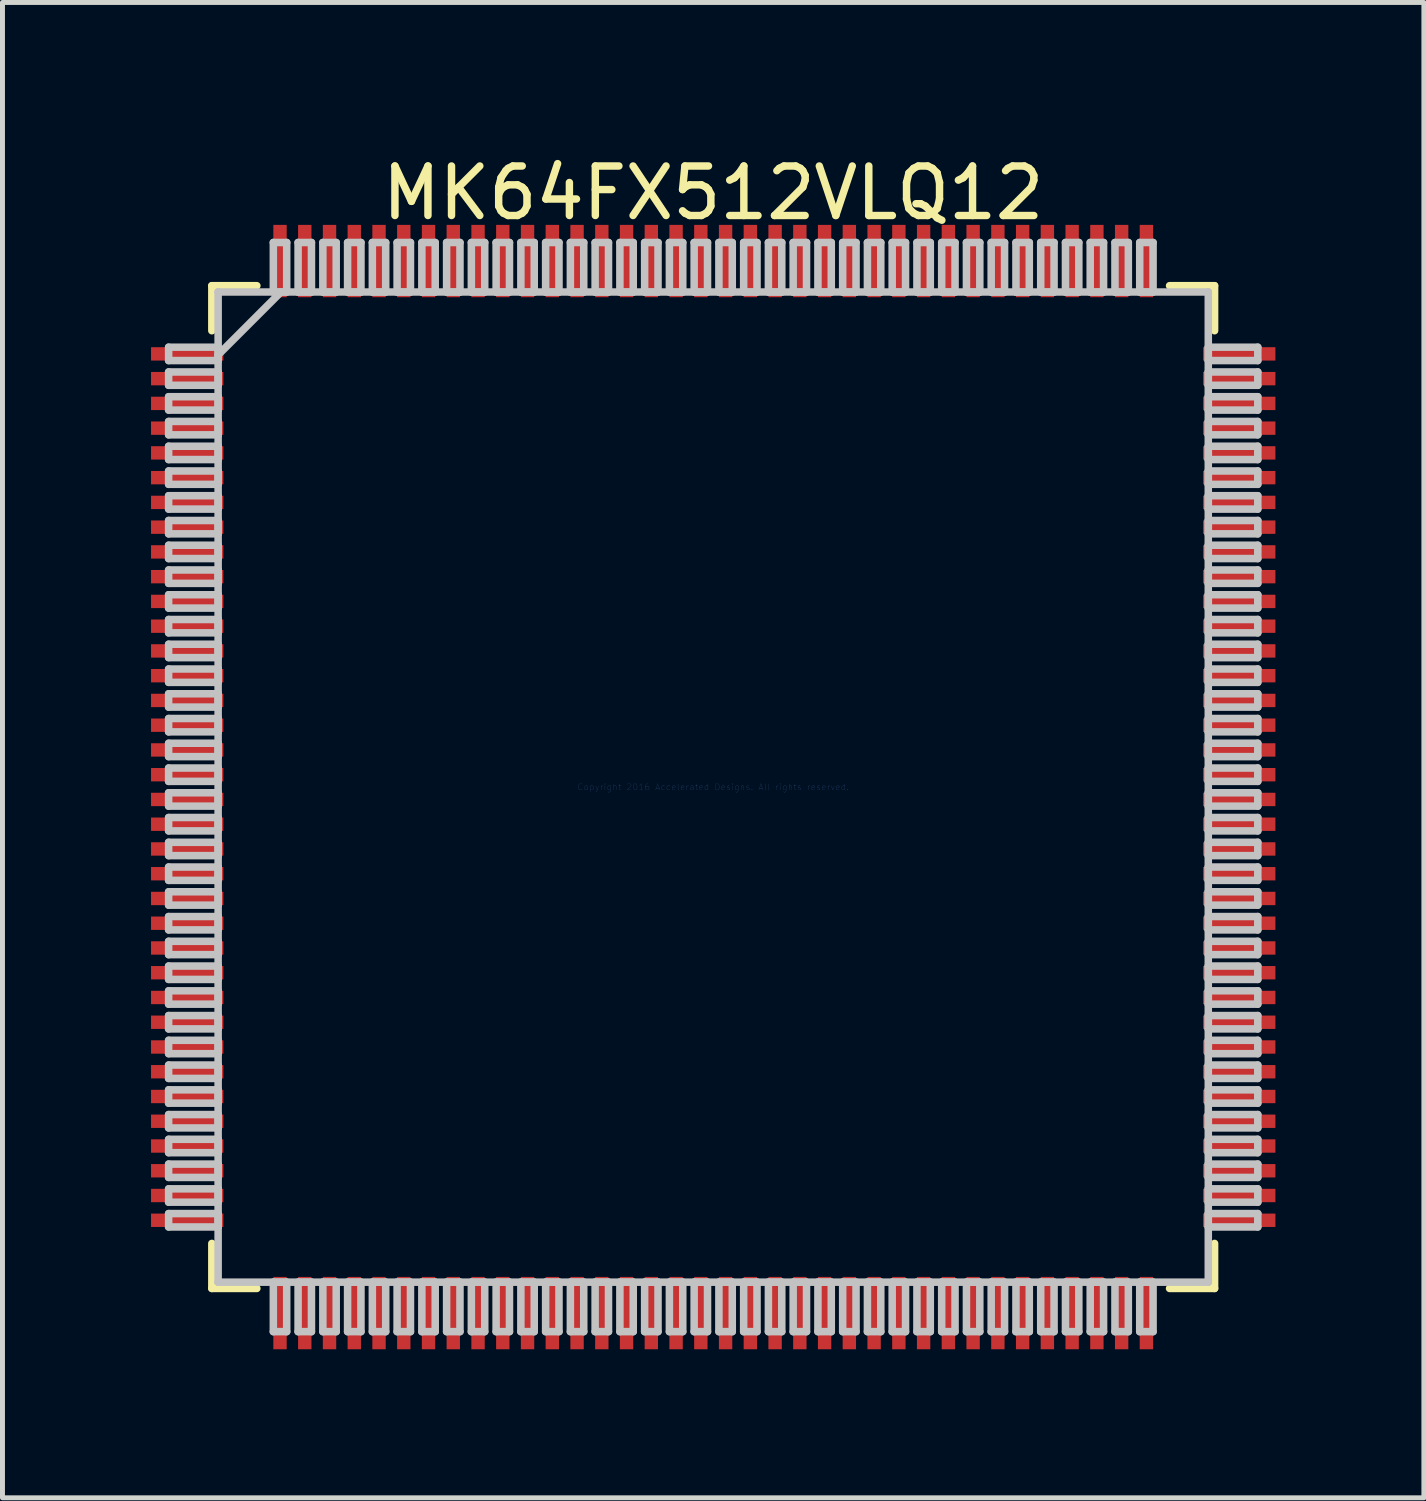
<source format=kicad_pcb>
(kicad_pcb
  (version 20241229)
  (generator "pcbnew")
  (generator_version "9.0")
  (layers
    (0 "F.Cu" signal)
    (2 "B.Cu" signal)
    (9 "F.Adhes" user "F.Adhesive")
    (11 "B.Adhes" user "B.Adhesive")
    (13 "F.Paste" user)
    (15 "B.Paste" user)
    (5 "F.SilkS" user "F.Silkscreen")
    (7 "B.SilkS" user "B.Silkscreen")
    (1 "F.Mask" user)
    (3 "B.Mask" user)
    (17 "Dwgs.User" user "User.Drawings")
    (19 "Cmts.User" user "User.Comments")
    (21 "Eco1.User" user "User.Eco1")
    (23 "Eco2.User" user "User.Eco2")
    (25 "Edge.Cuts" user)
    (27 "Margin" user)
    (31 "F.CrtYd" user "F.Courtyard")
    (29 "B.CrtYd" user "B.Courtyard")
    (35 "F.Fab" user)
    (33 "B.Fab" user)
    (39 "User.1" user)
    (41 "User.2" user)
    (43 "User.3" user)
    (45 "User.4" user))
  (footprint "MK64FX512VLQ12"
    (layer "F.Cu")
    (at 11.356 12.848)
    (property "Reference" "MK64FX512VLQ12" (at 0 -12 0) (layer "F.SilkS") (effects (font (size 1 1) (thickness 0.15))))
    (attr through_hole)
    (fp_line (start -10.127 -10.127) (end -10.127 -9.218) (stroke (width 0.152) (type solid)) (layer "F.SilkS"))
    (fp_line (start -10.127 9.218) (end -10.127 10.127) (stroke (width 0.152) (type solid)) (layer "F.SilkS"))
    (fp_line (start -10.127 10.127) (end -9.218 10.127) (stroke (width 0.152) (type solid)) (layer "F.SilkS"))
    (fp_line (start -9.218 -10.127) (end -10.127 -10.127) (stroke (width 0.152) (type solid)) (layer "F.SilkS"))
    (fp_line (start 9.218 10.127) (end 10.127 10.127) (stroke (width 0.152) (type solid)) (layer "F.SilkS"))
    (fp_line (start 10.127 -10.127) (end 9.218 -10.127) (stroke (width 0.152) (type solid)) (layer "F.SilkS"))
    (fp_line (start 10.127 -9.218) (end 10.127 -10.127) (stroke (width 0.152) (type solid)) (layer "F.SilkS"))
    (fp_line (start 10.127 10.127) (end 10.127 9.218) (stroke (width 0.152) (type solid)) (layer "F.SilkS"))
    (fp_line (start -11 -8.885) (end -11 -8.615) (stroke (width 0.152) (type solid)) (layer "Dwgs.User"))
    (fp_line (start -11 -8.615) (end -10 -8.615) (stroke (width 0.152) (type solid)) (layer "Dwgs.User"))
    (fp_line (start -11 -8.385) (end -11 -8.115) (stroke (width 0.152) (type solid)) (layer "Dwgs.User"))
    (fp_line (start -11 -8.115) (end -10 -8.115) (stroke (width 0.152) (type solid)) (layer "Dwgs.User"))
    (fp_line (start -11 -7.885) (end -11 -7.615) (stroke (width 0.152) (type solid)) (layer "Dwgs.User"))
    (fp_line (start -11 -7.615) (end -10 -7.615) (stroke (width 0.152) (type solid)) (layer "Dwgs.User"))
    (fp_line (start -11 -7.385) (end -11 -7.115) (stroke (width 0.152) (type solid)) (layer "Dwgs.User"))
    (fp_line (start -11 -7.115) (end -10 -7.115) (stroke (width 0.152) (type solid)) (layer "Dwgs.User"))
    (fp_line (start -11 -6.885) (end -11 -6.615) (stroke (width 0.152) (type solid)) (layer "Dwgs.User"))
    (fp_line (start -11 -6.615) (end -10 -6.615) (stroke (width 0.152) (type solid)) (layer "Dwgs.User"))
    (fp_line (start -11 -6.385) (end -11 -6.115) (stroke (width 0.152) (type solid)) (layer "Dwgs.User"))
    (fp_line (start -11 -6.115) (end -10 -6.115) (stroke (width 0.152) (type solid)) (layer "Dwgs.User"))
    (fp_line (start -11 -5.885) (end -11 -5.615) (stroke (width 0.152) (type solid)) (layer "Dwgs.User"))
    (fp_line (start -11 -5.615) (end -10 -5.615) (stroke (width 0.152) (type solid)) (layer "Dwgs.User"))
    (fp_line (start -11 -5.385) (end -11 -5.115) (stroke (width 0.152) (type solid)) (layer "Dwgs.User"))
    (fp_line (start -11 -5.115) (end -10 -5.115) (stroke (width 0.152) (type solid)) (layer "Dwgs.User"))
    (fp_line (start -11 -4.885) (end -11 -4.615) (stroke (width 0.152) (type solid)) (layer "Dwgs.User"))
    (fp_line (start -11 -4.615) (end -10 -4.615) (stroke (width 0.152) (type solid)) (layer "Dwgs.User"))
    (fp_line (start -11 -4.385) (end -11 -4.115) (stroke (width 0.152) (type solid)) (layer "Dwgs.User"))
    (fp_line (start -11 -4.115) (end -10 -4.115) (stroke (width 0.152) (type solid)) (layer "Dwgs.User"))
    (fp_line (start -11 -3.885) (end -11 -3.615) (stroke (width 0.152) (type solid)) (layer "Dwgs.User"))
    (fp_line (start -11 -3.615) (end -10 -3.615) (stroke (width 0.152) (type solid)) (layer "Dwgs.User"))
    (fp_line (start -11 -3.385) (end -11 -3.115) (stroke (width 0.152) (type solid)) (layer "Dwgs.User"))
    (fp_line (start -11 -3.115) (end -10 -3.115) (stroke (width 0.152) (type solid)) (layer "Dwgs.User"))
    (fp_line (start -11 -2.885) (end -11 -2.615) (stroke (width 0.152) (type solid)) (layer "Dwgs.User"))
    (fp_line (start -11 -2.615) (end -10 -2.615) (stroke (width 0.152) (type solid)) (layer "Dwgs.User"))
    (fp_line (start -11 -2.385) (end -11 -2.115) (stroke (width 0.152) (type solid)) (layer "Dwgs.User"))
    (fp_line (start -11 -2.115) (end -10 -2.115) (stroke (width 0.152) (type solid)) (layer "Dwgs.User"))
    (fp_line (start -11 -1.885) (end -11 -1.615) (stroke (width 0.152) (type solid)) (layer "Dwgs.User"))
    (fp_line (start -11 -1.615) (end -10 -1.615) (stroke (width 0.152) (type solid)) (layer "Dwgs.User"))
    (fp_line (start -11 -1.385) (end -11 -1.115) (stroke (width 0.152) (type solid)) (layer "Dwgs.User"))
    (fp_line (start -11 -1.115) (end -10 -1.115) (stroke (width 0.152) (type solid)) (layer "Dwgs.User"))
    (fp_line (start -11 -0.885) (end -11 -0.615) (stroke (width 0.152) (type solid)) (layer "Dwgs.User"))
    (fp_line (start -11 -0.615) (end -10 -0.615) (stroke (width 0.152) (type solid)) (layer "Dwgs.User"))
    (fp_line (start -11 -0.385) (end -11 -0.115) (stroke (width 0.152) (type solid)) (layer "Dwgs.User"))
    (fp_line (start -11 -0.115) (end -10 -0.115) (stroke (width 0.152) (type solid)) (layer "Dwgs.User"))
    (fp_line (start -11 0.115) (end -11 0.385) (stroke (width 0.152) (type solid)) (layer "Dwgs.User"))
    (fp_line (start -11 0.385) (end -10 0.385) (stroke (width 0.152) (type solid)) (layer "Dwgs.User"))
    (fp_line (start -11 0.615) (end -11 0.885) (stroke (width 0.152) (type solid)) (layer "Dwgs.User"))
    (fp_line (start -11 0.885) (end -10 0.885) (stroke (width 0.152) (type solid)) (layer "Dwgs.User"))
    (fp_line (start -11 1.115) (end -11 1.385) (stroke (width 0.152) (type solid)) (layer "Dwgs.User"))
    (fp_line (start -11 1.385) (end -10 1.385) (stroke (width 0.152) (type solid)) (layer "Dwgs.User"))
    (fp_line (start -11 1.615) (end -11 1.885) (stroke (width 0.152) (type solid)) (layer "Dwgs.User"))
    (fp_line (start -11 1.885) (end -10 1.885) (stroke (width 0.152) (type solid)) (layer "Dwgs.User"))
    (fp_line (start -11 2.115) (end -11 2.385) (stroke (width 0.152) (type solid)) (layer "Dwgs.User"))
    (fp_line (start -11 2.385) (end -10 2.385) (stroke (width 0.152) (type solid)) (layer "Dwgs.User"))
    (fp_line (start -11 2.615) (end -11 2.885) (stroke (width 0.152) (type solid)) (layer "Dwgs.User"))
    (fp_line (start -11 2.885) (end -10 2.885) (stroke (width 0.152) (type solid)) (layer "Dwgs.User"))
    (fp_line (start -11 3.115) (end -11 3.385) (stroke (width 0.152) (type solid)) (layer "Dwgs.User"))
    (fp_line (start -11 3.385) (end -10 3.385) (stroke (width 0.152) (type solid)) (layer "Dwgs.User"))
    (fp_line (start -11 3.615) (end -11 3.885) (stroke (width 0.152) (type solid)) (layer "Dwgs.User"))
    (fp_line (start -11 3.885) (end -10 3.885) (stroke (width 0.152) (type solid)) (layer "Dwgs.User"))
    (fp_line (start -11 4.115) (end -11 4.385) (stroke (width 0.152) (type solid)) (layer "Dwgs.User"))
    (fp_line (start -11 4.385) (end -10 4.385) (stroke (width 0.152) (type solid)) (layer "Dwgs.User"))
    (fp_line (start -11 4.615) (end -11 4.885) (stroke (width 0.152) (type solid)) (layer "Dwgs.User"))
    (fp_line (start -11 4.885) (end -10 4.885) (stroke (width 0.152) (type solid)) (layer "Dwgs.User"))
    (fp_line (start -11 5.115) (end -11 5.385) (stroke (width 0.152) (type solid)) (layer "Dwgs.User"))
    (fp_line (start -11 5.385) (end -10 5.385) (stroke (width 0.152) (type solid)) (layer "Dwgs.User"))
    (fp_line (start -11 5.615) (end -11 5.885) (stroke (width 0.152) (type solid)) (layer "Dwgs.User"))
    (fp_line (start -11 5.885) (end -10 5.885) (stroke (width 0.152) (type solid)) (layer "Dwgs.User"))
    (fp_line (start -11 6.115) (end -11 6.385) (stroke (width 0.152) (type solid)) (layer "Dwgs.User"))
    (fp_line (start -11 6.385) (end -10 6.385) (stroke (width 0.152) (type solid)) (layer "Dwgs.User"))
    (fp_line (start -11 6.615) (end -11 6.885) (stroke (width 0.152) (type solid)) (layer "Dwgs.User"))
    (fp_line (start -11 6.885) (end -10 6.885) (stroke (width 0.152) (type solid)) (layer "Dwgs.User"))
    (fp_line (start -11 7.115) (end -11 7.385) (stroke (width 0.152) (type solid)) (layer "Dwgs.User"))
    (fp_line (start -11 7.385) (end -10 7.385) (stroke (width 0.152) (type solid)) (layer "Dwgs.User"))
    (fp_line (start -11 7.615) (end -11 7.885) (stroke (width 0.152) (type solid)) (layer "Dwgs.User"))
    (fp_line (start -11 7.885) (end -10 7.885) (stroke (width 0.152) (type solid)) (layer "Dwgs.User"))
    (fp_line (start -11 8.115) (end -11 8.385) (stroke (width 0.152) (type solid)) (layer "Dwgs.User"))
    (fp_line (start -11 8.385) (end -10 8.385) (stroke (width 0.152) (type solid)) (layer "Dwgs.User"))
    (fp_line (start -11 8.615) (end -11 8.885) (stroke (width 0.152) (type solid)) (layer "Dwgs.User"))
    (fp_line (start -11 8.885) (end -10 8.885) (stroke (width 0.152) (type solid)) (layer "Dwgs.User"))
    (fp_line (start -10 -10) (end -10 -10) (stroke (width 0.152) (type solid)) (layer "Dwgs.User"))
    (fp_line (start -10 -10) (end -10 10) (stroke (width 0.152) (type solid)) (layer "Dwgs.User"))
    (fp_line (start -10 -8.885) (end -11 -8.885) (stroke (width 0.152) (type solid)) (layer "Dwgs.User"))
    (fp_line (start -10 -8.73) (end -8.73 -10) (stroke (width 0.152) (type solid)) (layer "Dwgs.User"))
    (fp_line (start -10 -8.615) (end -10 -8.885) (stroke (width 0.152) (type solid)) (layer "Dwgs.User"))
    (fp_line (start -10 -8.385) (end -11 -8.385) (stroke (width 0.152) (type solid)) (layer "Dwgs.User"))
    (fp_line (start -10 -8.115) (end -10 -8.385) (stroke (width 0.152) (type solid)) (layer "Dwgs.User"))
    (fp_line (start -10 -7.885) (end -11 -7.885) (stroke (width 0.152) (type solid)) (layer "Dwgs.User"))
    (fp_line (start -10 -7.615) (end -10 -7.885) (stroke (width 0.152) (type solid)) (layer "Dwgs.User"))
    (fp_line (start -10 -7.385) (end -11 -7.385) (stroke (width 0.152) (type solid)) (layer "Dwgs.User"))
    (fp_line (start -10 -7.115) (end -10 -7.385) (stroke (width 0.152) (type solid)) (layer "Dwgs.User"))
    (fp_line (start -10 -6.885) (end -11 -6.885) (stroke (width 0.152) (type solid)) (layer "Dwgs.User"))
    (fp_line (start -10 -6.615) (end -10 -6.885) (stroke (width 0.152) (type solid)) (layer "Dwgs.User"))
    (fp_line (start -10 -6.385) (end -11 -6.385) (stroke (width 0.152) (type solid)) (layer "Dwgs.User"))
    (fp_line (start -10 -6.115) (end -10 -6.385) (stroke (width 0.152) (type solid)) (layer "Dwgs.User"))
    (fp_line (start -10 -5.885) (end -11 -5.885) (stroke (width 0.152) (type solid)) (layer "Dwgs.User"))
    (fp_line (start -10 -5.615) (end -10 -5.885) (stroke (width 0.152) (type solid)) (layer "Dwgs.User"))
    (fp_line (start -10 -5.385) (end -11 -5.385) (stroke (width 0.152) (type solid)) (layer "Dwgs.User"))
    (fp_line (start -10 -5.115) (end -10 -5.385) (stroke (width 0.152) (type solid)) (layer "Dwgs.User"))
    (fp_line (start -10 -4.885) (end -11 -4.885) (stroke (width 0.152) (type solid)) (layer "Dwgs.User"))
    (fp_line (start -10 -4.615) (end -10 -4.885) (stroke (width 0.152) (type solid)) (layer "Dwgs.User"))
    (fp_line (start -10 -4.385) (end -11 -4.385) (stroke (width 0.152) (type solid)) (layer "Dwgs.User"))
    (fp_line (start -10 -4.115) (end -10 -4.385) (stroke (width 0.152) (type solid)) (layer "Dwgs.User"))
    (fp_line (start -10 -3.885) (end -11 -3.885) (stroke (width 0.152) (type solid)) (layer "Dwgs.User"))
    (fp_line (start -10 -3.615) (end -10 -3.885) (stroke (width 0.152) (type solid)) (layer "Dwgs.User"))
    (fp_line (start -10 -3.385) (end -11 -3.385) (stroke (width 0.152) (type solid)) (layer "Dwgs.User"))
    (fp_line (start -10 -3.115) (end -10 -3.385) (stroke (width 0.152) (type solid)) (layer "Dwgs.User"))
    (fp_line (start -10 -2.885) (end -11 -2.885) (stroke (width 0.152) (type solid)) (layer "Dwgs.User"))
    (fp_line (start -10 -2.615) (end -10 -2.885) (stroke (width 0.152) (type solid)) (layer "Dwgs.User"))
    (fp_line (start -10 -2.385) (end -11 -2.385) (stroke (width 0.152) (type solid)) (layer "Dwgs.User"))
    (fp_line (start -10 -2.115) (end -10 -2.385) (stroke (width 0.152) (type solid)) (layer "Dwgs.User"))
    (fp_line (start -10 -1.885) (end -11 -1.885) (stroke (width 0.152) (type solid)) (layer "Dwgs.User"))
    (fp_line (start -10 -1.615) (end -10 -1.885) (stroke (width 0.152) (type solid)) (layer "Dwgs.User"))
    (fp_line (start -10 -1.385) (end -11 -1.385) (stroke (width 0.152) (type solid)) (layer "Dwgs.User"))
    (fp_line (start -10 -1.115) (end -10 -1.385) (stroke (width 0.152) (type solid)) (layer "Dwgs.User"))
    (fp_line (start -10 -0.885) (end -11 -0.885) (stroke (width 0.152) (type solid)) (layer "Dwgs.User"))
    (fp_line (start -10 -0.615) (end -10 -0.885) (stroke (width 0.152) (type solid)) (layer "Dwgs.User"))
    (fp_line (start -10 -0.385) (end -11 -0.385) (stroke (width 0.152) (type solid)) (layer "Dwgs.User"))
    (fp_line (start -10 -0.115) (end -10 -0.385) (stroke (width 0.152) (type solid)) (layer "Dwgs.User"))
    (fp_line (start -10 0.115) (end -11 0.115) (stroke (width 0.152) (type solid)) (layer "Dwgs.User"))
    (fp_line (start -10 0.385) (end -10 0.115) (stroke (width 0.152) (type solid)) (layer "Dwgs.User"))
    (fp_line (start -10 0.615) (end -11 0.615) (stroke (width 0.152) (type solid)) (layer "Dwgs.User"))
    (fp_line (start -10 0.885) (end -10 0.615) (stroke (width 0.152) (type solid)) (layer "Dwgs.User"))
    (fp_line (start -10 1.115) (end -11 1.115) (stroke (width 0.152) (type solid)) (layer "Dwgs.User"))
    (fp_line (start -10 1.385) (end -10 1.115) (stroke (width 0.152) (type solid)) (layer "Dwgs.User"))
    (fp_line (start -10 1.615) (end -11 1.615) (stroke (width 0.152) (type solid)) (layer "Dwgs.User"))
    (fp_line (start -10 1.885) (end -10 1.615) (stroke (width 0.152) (type solid)) (layer "Dwgs.User"))
    (fp_line (start -10 2.115) (end -11 2.115) (stroke (width 0.152) (type solid)) (layer "Dwgs.User"))
    (fp_line (start -10 2.385) (end -10 2.115) (stroke (width 0.152) (type solid)) (layer "Dwgs.User"))
    (fp_line (start -10 2.615) (end -11 2.615) (stroke (width 0.152) (type solid)) (layer "Dwgs.User"))
    (fp_line (start -10 2.885) (end -10 2.615) (stroke (width 0.152) (type solid)) (layer "Dwgs.User"))
    (fp_line (start -10 3.115) (end -11 3.115) (stroke (width 0.152) (type solid)) (layer "Dwgs.User"))
    (fp_line (start -10 3.385) (end -10 3.115) (stroke (width 0.152) (type solid)) (layer "Dwgs.User"))
    (fp_line (start -10 3.615) (end -11 3.615) (stroke (width 0.152) (type solid)) (layer "Dwgs.User"))
    (fp_line (start -10 3.885) (end -10 3.615) (stroke (width 0.152) (type solid)) (layer "Dwgs.User"))
    (fp_line (start -10 4.115) (end -11 4.115) (stroke (width 0.152) (type solid)) (layer "Dwgs.User"))
    (fp_line (start -10 4.385) (end -10 4.115) (stroke (width 0.152) (type solid)) (layer "Dwgs.User"))
    (fp_line (start -10 4.615) (end -11 4.615) (stroke (width 0.152) (type solid)) (layer "Dwgs.User"))
    (fp_line (start -10 4.885) (end -10 4.615) (stroke (width 0.152) (type solid)) (layer "Dwgs.User"))
    (fp_line (start -10 5.115) (end -11 5.115) (stroke (width 0.152) (type solid)) (layer "Dwgs.User"))
    (fp_line (start -10 5.385) (end -10 5.115) (stroke (width 0.152) (type solid)) (layer "Dwgs.User"))
    (fp_line (start -10 5.615) (end -11 5.615) (stroke (width 0.152) (type solid)) (layer "Dwgs.User"))
    (fp_line (start -10 5.885) (end -10 5.615) (stroke (width 0.152) (type solid)) (layer "Dwgs.User"))
    (fp_line (start -10 6.115) (end -11 6.115) (stroke (width 0.152) (type solid)) (layer "Dwgs.User"))
    (fp_line (start -10 6.385) (end -10 6.115) (stroke (width 0.152) (type solid)) (layer "Dwgs.User"))
    (fp_line (start -10 6.615) (end -11 6.615) (stroke (width 0.152) (type solid)) (layer "Dwgs.User"))
    (fp_line (start -10 6.885) (end -10 6.615) (stroke (width 0.152) (type solid)) (layer "Dwgs.User"))
    (fp_line (start -10 7.115) (end -11 7.115) (stroke (width 0.152) (type solid)) (layer "Dwgs.User"))
    (fp_line (start -10 7.385) (end -10 7.115) (stroke (width 0.152) (type solid)) (layer "Dwgs.User"))
    (fp_line (start -10 7.615) (end -11 7.615) (stroke (width 0.152) (type solid)) (layer "Dwgs.User"))
    (fp_line (start -10 7.885) (end -10 7.615) (stroke (width 0.152) (type solid)) (layer "Dwgs.User"))
    (fp_line (start -10 8.115) (end -11 8.115) (stroke (width 0.152) (type solid)) (layer "Dwgs.User"))
    (fp_line (start -10 8.385) (end -10 8.115) (stroke (width 0.152) (type solid)) (layer "Dwgs.User"))
    (fp_line (start -10 8.615) (end -11 8.615) (stroke (width 0.152) (type solid)) (layer "Dwgs.User"))
    (fp_line (start -10 8.885) (end -10 8.615) (stroke (width 0.152) (type solid)) (layer "Dwgs.User"))
    (fp_line (start -10 10) (end -10 10) (stroke (width 0.152) (type solid)) (layer "Dwgs.User"))
    (fp_line (start -10 10) (end 10 10) (stroke (width 0.152) (type solid)) (layer "Dwgs.User"))
    (fp_line (start -8.885 -11) (end -8.885 -10) (stroke (width 0.152) (type solid)) (layer "Dwgs.User"))
    (fp_line (start -8.885 -10) (end -8.615 -10) (stroke (width 0.152) (type solid)) (layer "Dwgs.User"))
    (fp_line (start -8.885 10) (end -8.885 11) (stroke (width 0.152) (type solid)) (layer "Dwgs.User"))
    (fp_line (start -8.885 11) (end -8.615 11) (stroke (width 0.152) (type solid)) (layer "Dwgs.User"))
    (fp_line (start -8.615 -11) (end -8.885 -11) (stroke (width 0.152) (type solid)) (layer "Dwgs.User"))
    (fp_line (start -8.615 -10) (end -8.615 -11) (stroke (width 0.152) (type solid)) (layer "Dwgs.User"))
    (fp_line (start -8.615 10) (end -8.885 10) (stroke (width 0.152) (type solid)) (layer "Dwgs.User"))
    (fp_line (start -8.615 11) (end -8.615 10) (stroke (width 0.152) (type solid)) (layer "Dwgs.User"))
    (fp_line (start -8.385 -11) (end -8.385 -10) (stroke (width 0.152) (type solid)) (layer "Dwgs.User"))
    (fp_line (start -8.385 -10) (end -8.115 -10) (stroke (width 0.152) (type solid)) (layer "Dwgs.User"))
    (fp_line (start -8.385 10) (end -8.385 11) (stroke (width 0.152) (type solid)) (layer "Dwgs.User"))
    (fp_line (start -8.385 11) (end -8.115 11) (stroke (width 0.152) (type solid)) (layer "Dwgs.User"))
    (fp_line (start -8.115 -11) (end -8.385 -11) (stroke (width 0.152) (type solid)) (layer "Dwgs.User"))
    (fp_line (start -8.115 -10) (end -8.115 -11) (stroke (width 0.152) (type solid)) (layer "Dwgs.User"))
    (fp_line (start -8.115 10) (end -8.385 10) (stroke (width 0.152) (type solid)) (layer "Dwgs.User"))
    (fp_line (start -8.115 11) (end -8.115 10) (stroke (width 0.152) (type solid)) (layer "Dwgs.User"))
    (fp_line (start -7.885 -11) (end -7.885 -10) (stroke (width 0.152) (type solid)) (layer "Dwgs.User"))
    (fp_line (start -7.885 -10) (end -7.615 -10) (stroke (width 0.152) (type solid)) (layer "Dwgs.User"))
    (fp_line (start -7.885 10) (end -7.885 11) (stroke (width 0.152) (type solid)) (layer "Dwgs.User"))
    (fp_line (start -7.885 11) (end -7.615 11) (stroke (width 0.152) (type solid)) (layer "Dwgs.User"))
    (fp_line (start -7.615 -11) (end -7.885 -11) (stroke (width 0.152) (type solid)) (layer "Dwgs.User"))
    (fp_line (start -7.615 -10) (end -7.615 -11) (stroke (width 0.152) (type solid)) (layer "Dwgs.User"))
    (fp_line (start -7.615 10) (end -7.885 10) (stroke (width 0.152) (type solid)) (layer "Dwgs.User"))
    (fp_line (start -7.615 11) (end -7.615 10) (stroke (width 0.152) (type solid)) (layer "Dwgs.User"))
    (fp_line (start -7.385 -11) (end -7.385 -10) (stroke (width 0.152) (type solid)) (layer "Dwgs.User"))
    (fp_line (start -7.385 -10) (end -7.115 -10) (stroke (width 0.152) (type solid)) (layer "Dwgs.User"))
    (fp_line (start -7.385 10) (end -7.385 11) (stroke (width 0.152) (type solid)) (layer "Dwgs.User"))
    (fp_line (start -7.385 11) (end -7.115 11) (stroke (width 0.152) (type solid)) (layer "Dwgs.User"))
    (fp_line (start -7.115 -11) (end -7.385 -11) (stroke (width 0.152) (type solid)) (layer "Dwgs.User"))
    (fp_line (start -7.115 -10) (end -7.115 -11) (stroke (width 0.152) (type solid)) (layer "Dwgs.User"))
    (fp_line (start -7.115 10) (end -7.385 10) (stroke (width 0.152) (type solid)) (layer "Dwgs.User"))
    (fp_line (start -7.115 11) (end -7.115 10) (stroke (width 0.152) (type solid)) (layer "Dwgs.User"))
    (fp_line (start -6.885 -11) (end -6.885 -10) (stroke (width 0.152) (type solid)) (layer "Dwgs.User"))
    (fp_line (start -6.885 -10) (end -6.615 -10) (stroke (width 0.152) (type solid)) (layer "Dwgs.User"))
    (fp_line (start -6.885 10) (end -6.885 11) (stroke (width 0.152) (type solid)) (layer "Dwgs.User"))
    (fp_line (start -6.885 11) (end -6.615 11) (stroke (width 0.152) (type solid)) (layer "Dwgs.User"))
    (fp_line (start -6.615 -11) (end -6.885 -11) (stroke (width 0.152) (type solid)) (layer "Dwgs.User"))
    (fp_line (start -6.615 -10) (end -6.615 -11) (stroke (width 0.152) (type solid)) (layer "Dwgs.User"))
    (fp_line (start -6.615 10) (end -6.885 10) (stroke (width 0.152) (type solid)) (layer "Dwgs.User"))
    (fp_line (start -6.615 11) (end -6.615 10) (stroke (width 0.152) (type solid)) (layer "Dwgs.User"))
    (fp_line (start -6.385 -11) (end -6.385 -10) (stroke (width 0.152) (type solid)) (layer "Dwgs.User"))
    (fp_line (start -6.385 -10) (end -6.115 -10) (stroke (width 0.152) (type solid)) (layer "Dwgs.User"))
    (fp_line (start -6.385 10) (end -6.385 11) (stroke (width 0.152) (type solid)) (layer "Dwgs.User"))
    (fp_line (start -6.385 11) (end -6.115 11) (stroke (width 0.152) (type solid)) (layer "Dwgs.User"))
    (fp_line (start -6.115 -11) (end -6.385 -11) (stroke (width 0.152) (type solid)) (layer "Dwgs.User"))
    (fp_line (start -6.115 -10) (end -6.115 -11) (stroke (width 0.152) (type solid)) (layer "Dwgs.User"))
    (fp_line (start -6.115 10) (end -6.385 10) (stroke (width 0.152) (type solid)) (layer "Dwgs.User"))
    (fp_line (start -6.115 11) (end -6.115 10) (stroke (width 0.152) (type solid)) (layer "Dwgs.User"))
    (fp_line (start -5.885 -11) (end -5.885 -10) (stroke (width 0.152) (type solid)) (layer "Dwgs.User"))
    (fp_line (start -5.885 -10) (end -5.615 -10) (stroke (width 0.152) (type solid)) (layer "Dwgs.User"))
    (fp_line (start -5.885 10) (end -5.885 11) (stroke (width 0.152) (type solid)) (layer "Dwgs.User"))
    (fp_line (start -5.885 11) (end -5.615 11) (stroke (width 0.152) (type solid)) (layer "Dwgs.User"))
    (fp_line (start -5.615 -11) (end -5.885 -11) (stroke (width 0.152) (type solid)) (layer "Dwgs.User"))
    (fp_line (start -5.615 -10) (end -5.615 -11) (stroke (width 0.152) (type solid)) (layer "Dwgs.User"))
    (fp_line (start -5.615 10) (end -5.885 10) (stroke (width 0.152) (type solid)) (layer "Dwgs.User"))
    (fp_line (start -5.615 11) (end -5.615 10) (stroke (width 0.152) (type solid)) (layer "Dwgs.User"))
    (fp_line (start -5.385 -11) (end -5.385 -10) (stroke (width 0.152) (type solid)) (layer "Dwgs.User"))
    (fp_line (start -5.385 -10) (end -5.115 -10) (stroke (width 0.152) (type solid)) (layer "Dwgs.User"))
    (fp_line (start -5.385 10) (end -5.385 11) (stroke (width 0.152) (type solid)) (layer "Dwgs.User"))
    (fp_line (start -5.385 11) (end -5.115 11) (stroke (width 0.152) (type solid)) (layer "Dwgs.User"))
    (fp_line (start -5.115 -11) (end -5.385 -11) (stroke (width 0.152) (type solid)) (layer "Dwgs.User"))
    (fp_line (start -5.115 -10) (end -5.115 -11) (stroke (width 0.152) (type solid)) (layer "Dwgs.User"))
    (fp_line (start -5.115 10) (end -5.385 10) (stroke (width 0.152) (type solid)) (layer "Dwgs.User"))
    (fp_line (start -5.115 11) (end -5.115 10) (stroke (width 0.152) (type solid)) (layer "Dwgs.User"))
    (fp_line (start -4.885 -11) (end -4.885 -10) (stroke (width 0.152) (type solid)) (layer "Dwgs.User"))
    (fp_line (start -4.885 -10) (end -4.615 -10) (stroke (width 0.152) (type solid)) (layer "Dwgs.User"))
    (fp_line (start -4.885 10) (end -4.885 11) (stroke (width 0.152) (type solid)) (layer "Dwgs.User"))
    (fp_line (start -4.885 11) (end -4.615 11) (stroke (width 0.152) (type solid)) (layer "Dwgs.User"))
    (fp_line (start -4.615 -11) (end -4.885 -11) (stroke (width 0.152) (type solid)) (layer "Dwgs.User"))
    (fp_line (start -4.615 -10) (end -4.615 -11) (stroke (width 0.152) (type solid)) (layer "Dwgs.User"))
    (fp_line (start -4.615 10) (end -4.885 10) (stroke (width 0.152) (type solid)) (layer "Dwgs.User"))
    (fp_line (start -4.615 11) (end -4.615 10) (stroke (width 0.152) (type solid)) (layer "Dwgs.User"))
    (fp_line (start -4.385 -11) (end -4.385 -10) (stroke (width 0.152) (type solid)) (layer "Dwgs.User"))
    (fp_line (start -4.385 -10) (end -4.115 -10) (stroke (width 0.152) (type solid)) (layer "Dwgs.User"))
    (fp_line (start -4.385 10) (end -4.385 11) (stroke (width 0.152) (type solid)) (layer "Dwgs.User"))
    (fp_line (start -4.385 11) (end -4.115 11) (stroke (width 0.152) (type solid)) (layer "Dwgs.User"))
    (fp_line (start -4.115 -11) (end -4.385 -11) (stroke (width 0.152) (type solid)) (layer "Dwgs.User"))
    (fp_line (start -4.115 -10) (end -4.115 -11) (stroke (width 0.152) (type solid)) (layer "Dwgs.User"))
    (fp_line (start -4.115 10) (end -4.385 10) (stroke (width 0.152) (type solid)) (layer "Dwgs.User"))
    (fp_line (start -4.115 11) (end -4.115 10) (stroke (width 0.152) (type solid)) (layer "Dwgs.User"))
    (fp_line (start -3.885 -11) (end -3.885 -10) (stroke (width 0.152) (type solid)) (layer "Dwgs.User"))
    (fp_line (start -3.885 -10) (end -3.615 -10) (stroke (width 0.152) (type solid)) (layer "Dwgs.User"))
    (fp_line (start -3.885 10) (end -3.885 11) (stroke (width 0.152) (type solid)) (layer "Dwgs.User"))
    (fp_line (start -3.885 11) (end -3.615 11) (stroke (width 0.152) (type solid)) (layer "Dwgs.User"))
    (fp_line (start -3.615 -11) (end -3.885 -11) (stroke (width 0.152) (type solid)) (layer "Dwgs.User"))
    (fp_line (start -3.615 -10) (end -3.615 -11) (stroke (width 0.152) (type solid)) (layer "Dwgs.User"))
    (fp_line (start -3.615 10) (end -3.885 10) (stroke (width 0.152) (type solid)) (layer "Dwgs.User"))
    (fp_line (start -3.615 11) (end -3.615 10) (stroke (width 0.152) (type solid)) (layer "Dwgs.User"))
    (fp_line (start -3.385 -11) (end -3.385 -10) (stroke (width 0.152) (type solid)) (layer "Dwgs.User"))
    (fp_line (start -3.385 -10) (end -3.115 -10) (stroke (width 0.152) (type solid)) (layer "Dwgs.User"))
    (fp_line (start -3.385 10) (end -3.385 11) (stroke (width 0.152) (type solid)) (layer "Dwgs.User"))
    (fp_line (start -3.385 11) (end -3.115 11) (stroke (width 0.152) (type solid)) (layer "Dwgs.User"))
    (fp_line (start -3.115 -11) (end -3.385 -11) (stroke (width 0.152) (type solid)) (layer "Dwgs.User"))
    (fp_line (start -3.115 -10) (end -3.115 -11) (stroke (width 0.152) (type solid)) (layer "Dwgs.User"))
    (fp_line (start -3.115 10) (end -3.385 10) (stroke (width 0.152) (type solid)) (layer "Dwgs.User"))
    (fp_line (start -3.115 11) (end -3.115 10) (stroke (width 0.152) (type solid)) (layer "Dwgs.User"))
    (fp_line (start -2.885 -11) (end -2.885 -10) (stroke (width 0.152) (type solid)) (layer "Dwgs.User"))
    (fp_line (start -2.885 -10) (end -2.615 -10) (stroke (width 0.152) (type solid)) (layer "Dwgs.User"))
    (fp_line (start -2.885 10) (end -2.885 11) (stroke (width 0.152) (type solid)) (layer "Dwgs.User"))
    (fp_line (start -2.885 11) (end -2.615 11) (stroke (width 0.152) (type solid)) (layer "Dwgs.User"))
    (fp_line (start -2.615 -11) (end -2.885 -11) (stroke (width 0.152) (type solid)) (layer "Dwgs.User"))
    (fp_line (start -2.615 -10) (end -2.615 -11) (stroke (width 0.152) (type solid)) (layer "Dwgs.User"))
    (fp_line (start -2.615 10) (end -2.885 10) (stroke (width 0.152) (type solid)) (layer "Dwgs.User"))
    (fp_line (start -2.615 11) (end -2.615 10) (stroke (width 0.152) (type solid)) (layer "Dwgs.User"))
    (fp_line (start -2.385 -11) (end -2.385 -10) (stroke (width 0.152) (type solid)) (layer "Dwgs.User"))
    (fp_line (start -2.385 -10) (end -2.115 -10) (stroke (width 0.152) (type solid)) (layer "Dwgs.User"))
    (fp_line (start -2.385 10) (end -2.385 11) (stroke (width 0.152) (type solid)) (layer "Dwgs.User"))
    (fp_line (start -2.385 11) (end -2.115 11) (stroke (width 0.152) (type solid)) (layer "Dwgs.User"))
    (fp_line (start -2.115 -11) (end -2.385 -11) (stroke (width 0.152) (type solid)) (layer "Dwgs.User"))
    (fp_line (start -2.115 -10) (end -2.115 -11) (stroke (width 0.152) (type solid)) (layer "Dwgs.User"))
    (fp_line (start -2.115 10) (end -2.385 10) (stroke (width 0.152) (type solid)) (layer "Dwgs.User"))
    (fp_line (start -2.115 11) (end -2.115 10) (stroke (width 0.152) (type solid)) (layer "Dwgs.User"))
    (fp_line (start -1.885 -11) (end -1.885 -10) (stroke (width 0.152) (type solid)) (layer "Dwgs.User"))
    (fp_line (start -1.885 -10) (end -1.615 -10) (stroke (width 0.152) (type solid)) (layer "Dwgs.User"))
    (fp_line (start -1.885 10) (end -1.885 11) (stroke (width 0.152) (type solid)) (layer "Dwgs.User"))
    (fp_line (start -1.885 11) (end -1.615 11) (stroke (width 0.152) (type solid)) (layer "Dwgs.User"))
    (fp_line (start -1.615 -11) (end -1.885 -11) (stroke (width 0.152) (type solid)) (layer "Dwgs.User"))
    (fp_line (start -1.615 -10) (end -1.615 -11) (stroke (width 0.152) (type solid)) (layer "Dwgs.User"))
    (fp_line (start -1.615 10) (end -1.885 10) (stroke (width 0.152) (type solid)) (layer "Dwgs.User"))
    (fp_line (start -1.615 11) (end -1.615 10) (stroke (width 0.152) (type solid)) (layer "Dwgs.User"))
    (fp_line (start -1.385 -11) (end -1.385 -10) (stroke (width 0.152) (type solid)) (layer "Dwgs.User"))
    (fp_line (start -1.385 -10) (end -1.115 -10) (stroke (width 0.152) (type solid)) (layer "Dwgs.User"))
    (fp_line (start -1.385 10) (end -1.385 11) (stroke (width 0.152) (type solid)) (layer "Dwgs.User"))
    (fp_line (start -1.385 11) (end -1.115 11) (stroke (width 0.152) (type solid)) (layer "Dwgs.User"))
    (fp_line (start -1.115 -11) (end -1.385 -11) (stroke (width 0.152) (type solid)) (layer "Dwgs.User"))
    (fp_line (start -1.115 -10) (end -1.115 -11) (stroke (width 0.152) (type solid)) (layer "Dwgs.User"))
    (fp_line (start -1.115 10) (end -1.385 10) (stroke (width 0.152) (type solid)) (layer "Dwgs.User"))
    (fp_line (start -1.115 11) (end -1.115 10) (stroke (width 0.152) (type solid)) (layer "Dwgs.User"))
    (fp_line (start -0.885 -11) (end -0.885 -10) (stroke (width 0.152) (type solid)) (layer "Dwgs.User"))
    (fp_line (start -0.885 -10) (end -0.615 -10) (stroke (width 0.152) (type solid)) (layer "Dwgs.User"))
    (fp_line (start -0.885 10) (end -0.885 11) (stroke (width 0.152) (type solid)) (layer "Dwgs.User"))
    (fp_line (start -0.885 11) (end -0.615 11) (stroke (width 0.152) (type solid)) (layer "Dwgs.User"))
    (fp_line (start -0.615 -11) (end -0.885 -11) (stroke (width 0.152) (type solid)) (layer "Dwgs.User"))
    (fp_line (start -0.615 -10) (end -0.615 -11) (stroke (width 0.152) (type solid)) (layer "Dwgs.User"))
    (fp_line (start -0.615 10) (end -0.885 10) (stroke (width 0.152) (type solid)) (layer "Dwgs.User"))
    (fp_line (start -0.615 11) (end -0.615 10) (stroke (width 0.152) (type solid)) (layer "Dwgs.User"))
    (fp_line (start -0.385 -11) (end -0.385 -10) (stroke (width 0.152) (type solid)) (layer "Dwgs.User"))
    (fp_line (start -0.385 -10) (end -0.115 -10) (stroke (width 0.152) (type solid)) (layer "Dwgs.User"))
    (fp_line (start -0.385 10) (end -0.385 11) (stroke (width 0.152) (type solid)) (layer "Dwgs.User"))
    (fp_line (start -0.385 11) (end -0.115 11) (stroke (width 0.152) (type solid)) (layer "Dwgs.User"))
    (fp_line (start -0.115 -11) (end -0.385 -11) (stroke (width 0.152) (type solid)) (layer "Dwgs.User"))
    (fp_line (start -0.115 -10) (end -0.115 -11) (stroke (width 0.152) (type solid)) (layer "Dwgs.User"))
    (fp_line (start -0.115 10) (end -0.385 10) (stroke (width 0.152) (type solid)) (layer "Dwgs.User"))
    (fp_line (start -0.115 11) (end -0.115 10) (stroke (width 0.152) (type solid)) (layer "Dwgs.User"))
    (fp_line (start 0.115 -11) (end 0.115 -10) (stroke (width 0.152) (type solid)) (layer "Dwgs.User"))
    (fp_line (start 0.115 -10) (end 0.385 -10) (stroke (width 0.152) (type solid)) (layer "Dwgs.User"))
    (fp_line (start 0.115 10) (end 0.115 11) (stroke (width 0.152) (type solid)) (layer "Dwgs.User"))
    (fp_line (start 0.115 11) (end 0.385 11) (stroke (width 0.152) (type solid)) (layer "Dwgs.User"))
    (fp_line (start 0.385 -11) (end 0.115 -11) (stroke (width 0.152) (type solid)) (layer "Dwgs.User"))
    (fp_line (start 0.385 -10) (end 0.385 -11) (stroke (width 0.152) (type solid)) (layer "Dwgs.User"))
    (fp_line (start 0.385 10) (end 0.115 10) (stroke (width 0.152) (type solid)) (layer "Dwgs.User"))
    (fp_line (start 0.385 11) (end 0.385 10) (stroke (width 0.152) (type solid)) (layer "Dwgs.User"))
    (fp_line (start 0.615 -11) (end 0.615 -10) (stroke (width 0.152) (type solid)) (layer "Dwgs.User"))
    (fp_line (start 0.615 -10) (end 0.885 -10) (stroke (width 0.152) (type solid)) (layer "Dwgs.User"))
    (fp_line (start 0.615 10) (end 0.615 11) (stroke (width 0.152) (type solid)) (layer "Dwgs.User"))
    (fp_line (start 0.615 11) (end 0.885 11) (stroke (width 0.152) (type solid)) (layer "Dwgs.User"))
    (fp_line (start 0.885 -11) (end 0.615 -11) (stroke (width 0.152) (type solid)) (layer "Dwgs.User"))
    (fp_line (start 0.885 -10) (end 0.885 -11) (stroke (width 0.152) (type solid)) (layer "Dwgs.User"))
    (fp_line (start 0.885 10) (end 0.615 10) (stroke (width 0.152) (type solid)) (layer "Dwgs.User"))
    (fp_line (start 0.885 11) (end 0.885 10) (stroke (width 0.152) (type solid)) (layer "Dwgs.User"))
    (fp_line (start 1.115 -11) (end 1.115 -10) (stroke (width 0.152) (type solid)) (layer "Dwgs.User"))
    (fp_line (start 1.115 -10) (end 1.385 -10) (stroke (width 0.152) (type solid)) (layer "Dwgs.User"))
    (fp_line (start 1.115 10) (end 1.115 11) (stroke (width 0.152) (type solid)) (layer "Dwgs.User"))
    (fp_line (start 1.115 11) (end 1.385 11) (stroke (width 0.152) (type solid)) (layer "Dwgs.User"))
    (fp_line (start 1.385 -11) (end 1.115 -11) (stroke (width 0.152) (type solid)) (layer "Dwgs.User"))
    (fp_line (start 1.385 -10) (end 1.385 -11) (stroke (width 0.152) (type solid)) (layer "Dwgs.User"))
    (fp_line (start 1.385 10) (end 1.115 10) (stroke (width 0.152) (type solid)) (layer "Dwgs.User"))
    (fp_line (start 1.385 11) (end 1.385 10) (stroke (width 0.152) (type solid)) (layer "Dwgs.User"))
    (fp_line (start 1.615 -11) (end 1.615 -10) (stroke (width 0.152) (type solid)) (layer "Dwgs.User"))
    (fp_line (start 1.615 -10) (end 1.885 -10) (stroke (width 0.152) (type solid)) (layer "Dwgs.User"))
    (fp_line (start 1.615 10) (end 1.615 11) (stroke (width 0.152) (type solid)) (layer "Dwgs.User"))
    (fp_line (start 1.615 11) (end 1.885 11) (stroke (width 0.152) (type solid)) (layer "Dwgs.User"))
    (fp_line (start 1.885 -11) (end 1.615 -11) (stroke (width 0.152) (type solid)) (layer "Dwgs.User"))
    (fp_line (start 1.885 -10) (end 1.885 -11) (stroke (width 0.152) (type solid)) (layer "Dwgs.User"))
    (fp_line (start 1.885 10) (end 1.615 10) (stroke (width 0.152) (type solid)) (layer "Dwgs.User"))
    (fp_line (start 1.885 11) (end 1.885 10) (stroke (width 0.152) (type solid)) (layer "Dwgs.User"))
    (fp_line (start 2.115 -11) (end 2.115 -10) (stroke (width 0.152) (type solid)) (layer "Dwgs.User"))
    (fp_line (start 2.115 -10) (end 2.385 -10) (stroke (width 0.152) (type solid)) (layer "Dwgs.User"))
    (fp_line (start 2.115 10) (end 2.115 11) (stroke (width 0.152) (type solid)) (layer "Dwgs.User"))
    (fp_line (start 2.115 11) (end 2.385 11) (stroke (width 0.152) (type solid)) (layer "Dwgs.User"))
    (fp_line (start 2.385 -11) (end 2.115 -11) (stroke (width 0.152) (type solid)) (layer "Dwgs.User"))
    (fp_line (start 2.385 -10) (end 2.385 -11) (stroke (width 0.152) (type solid)) (layer "Dwgs.User"))
    (fp_line (start 2.385 10) (end 2.115 10) (stroke (width 0.152) (type solid)) (layer "Dwgs.User"))
    (fp_line (start 2.385 11) (end 2.385 10) (stroke (width 0.152) (type solid)) (layer "Dwgs.User"))
    (fp_line (start 2.615 -11) (end 2.615 -10) (stroke (width 0.152) (type solid)) (layer "Dwgs.User"))
    (fp_line (start 2.615 -10) (end 2.885 -10) (stroke (width 0.152) (type solid)) (layer "Dwgs.User"))
    (fp_line (start 2.615 10) (end 2.615 11) (stroke (width 0.152) (type solid)) (layer "Dwgs.User"))
    (fp_line (start 2.615 11) (end 2.885 11) (stroke (width 0.152) (type solid)) (layer "Dwgs.User"))
    (fp_line (start 2.885 -11) (end 2.615 -11) (stroke (width 0.152) (type solid)) (layer "Dwgs.User"))
    (fp_line (start 2.885 -10) (end 2.885 -11) (stroke (width 0.152) (type solid)) (layer "Dwgs.User"))
    (fp_line (start 2.885 10) (end 2.615 10) (stroke (width 0.152) (type solid)) (layer "Dwgs.User"))
    (fp_line (start 2.885 11) (end 2.885 10) (stroke (width 0.152) (type solid)) (layer "Dwgs.User"))
    (fp_line (start 3.115 -11) (end 3.115 -10) (stroke (width 0.152) (type solid)) (layer "Dwgs.User"))
    (fp_line (start 3.115 -10) (end 3.385 -10) (stroke (width 0.152) (type solid)) (layer "Dwgs.User"))
    (fp_line (start 3.115 10) (end 3.115 11) (stroke (width 0.152) (type solid)) (layer "Dwgs.User"))
    (fp_line (start 3.115 11) (end 3.385 11) (stroke (width 0.152) (type solid)) (layer "Dwgs.User"))
    (fp_line (start 3.385 -11) (end 3.115 -11) (stroke (width 0.152) (type solid)) (layer "Dwgs.User"))
    (fp_line (start 3.385 -10) (end 3.385 -11) (stroke (width 0.152) (type solid)) (layer "Dwgs.User"))
    (fp_line (start 3.385 10) (end 3.115 10) (stroke (width 0.152) (type solid)) (layer "Dwgs.User"))
    (fp_line (start 3.385 11) (end 3.385 10) (stroke (width 0.152) (type solid)) (layer "Dwgs.User"))
    (fp_line (start 3.615 -11) (end 3.615 -10) (stroke (width 0.152) (type solid)) (layer "Dwgs.User"))
    (fp_line (start 3.615 -10) (end 3.885 -10) (stroke (width 0.152) (type solid)) (layer "Dwgs.User"))
    (fp_line (start 3.615 10) (end 3.615 11) (stroke (width 0.152) (type solid)) (layer "Dwgs.User"))
    (fp_line (start 3.615 11) (end 3.885 11) (stroke (width 0.152) (type solid)) (layer "Dwgs.User"))
    (fp_line (start 3.885 -11) (end 3.615 -11) (stroke (width 0.152) (type solid)) (layer "Dwgs.User"))
    (fp_line (start 3.885 -10) (end 3.885 -11) (stroke (width 0.152) (type solid)) (layer "Dwgs.User"))
    (fp_line (start 3.885 10) (end 3.615 10) (stroke (width 0.152) (type solid)) (layer "Dwgs.User"))
    (fp_line (start 3.885 11) (end 3.885 10) (stroke (width 0.152) (type solid)) (layer "Dwgs.User"))
    (fp_line (start 4.115 -11) (end 4.115 -10) (stroke (width 0.152) (type solid)) (layer "Dwgs.User"))
    (fp_line (start 4.115 -10) (end 4.385 -10) (stroke (width 0.152) (type solid)) (layer "Dwgs.User"))
    (fp_line (start 4.115 10) (end 4.115 11) (stroke (width 0.152) (type solid)) (layer "Dwgs.User"))
    (fp_line (start 4.115 11) (end 4.385 11) (stroke (width 0.152) (type solid)) (layer "Dwgs.User"))
    (fp_line (start 4.385 -11) (end 4.115 -11) (stroke (width 0.152) (type solid)) (layer "Dwgs.User"))
    (fp_line (start 4.385 -10) (end 4.385 -11) (stroke (width 0.152) (type solid)) (layer "Dwgs.User"))
    (fp_line (start 4.385 10) (end 4.115 10) (stroke (width 0.152) (type solid)) (layer "Dwgs.User"))
    (fp_line (start 4.385 11) (end 4.385 10) (stroke (width 0.152) (type solid)) (layer "Dwgs.User"))
    (fp_line (start 4.615 -11) (end 4.615 -10) (stroke (width 0.152) (type solid)) (layer "Dwgs.User"))
    (fp_line (start 4.615 -10) (end 4.885 -10) (stroke (width 0.152) (type solid)) (layer "Dwgs.User"))
    (fp_line (start 4.615 10) (end 4.615 11) (stroke (width 0.152) (type solid)) (layer "Dwgs.User"))
    (fp_line (start 4.615 11) (end 4.885 11) (stroke (width 0.152) (type solid)) (layer "Dwgs.User"))
    (fp_line (start 4.885 -11) (end 4.615 -11) (stroke (width 0.152) (type solid)) (layer "Dwgs.User"))
    (fp_line (start 4.885 -10) (end 4.885 -11) (stroke (width 0.152) (type solid)) (layer "Dwgs.User"))
    (fp_line (start 4.885 10) (end 4.615 10) (stroke (width 0.152) (type solid)) (layer "Dwgs.User"))
    (fp_line (start 4.885 11) (end 4.885 10) (stroke (width 0.152) (type solid)) (layer "Dwgs.User"))
    (fp_line (start 5.115 -11) (end 5.115 -10) (stroke (width 0.152) (type solid)) (layer "Dwgs.User"))
    (fp_line (start 5.115 -10) (end 5.385 -10) (stroke (width 0.152) (type solid)) (layer "Dwgs.User"))
    (fp_line (start 5.115 10) (end 5.115 11) (stroke (width 0.152) (type solid)) (layer "Dwgs.User"))
    (fp_line (start 5.115 11) (end 5.385 11) (stroke (width 0.152) (type solid)) (layer "Dwgs.User"))
    (fp_line (start 5.385 -11) (end 5.115 -11) (stroke (width 0.152) (type solid)) (layer "Dwgs.User"))
    (fp_line (start 5.385 -10) (end 5.385 -11) (stroke (width 0.152) (type solid)) (layer "Dwgs.User"))
    (fp_line (start 5.385 10) (end 5.115 10) (stroke (width 0.152) (type solid)) (layer "Dwgs.User"))
    (fp_line (start 5.385 11) (end 5.385 10) (stroke (width 0.152) (type solid)) (layer "Dwgs.User"))
    (fp_line (start 5.615 -11) (end 5.615 -10) (stroke (width 0.152) (type solid)) (layer "Dwgs.User"))
    (fp_line (start 5.615 -10) (end 5.885 -10) (stroke (width 0.152) (type solid)) (layer "Dwgs.User"))
    (fp_line (start 5.615 10) (end 5.615 11) (stroke (width 0.152) (type solid)) (layer "Dwgs.User"))
    (fp_line (start 5.615 11) (end 5.885 11) (stroke (width 0.152) (type solid)) (layer "Dwgs.User"))
    (fp_line (start 5.885 -11) (end 5.615 -11) (stroke (width 0.152) (type solid)) (layer "Dwgs.User"))
    (fp_line (start 5.885 -10) (end 5.885 -11) (stroke (width 0.152) (type solid)) (layer "Dwgs.User"))
    (fp_line (start 5.885 10) (end 5.615 10) (stroke (width 0.152) (type solid)) (layer "Dwgs.User"))
    (fp_line (start 5.885 11) (end 5.885 10) (stroke (width 0.152) (type solid)) (layer "Dwgs.User"))
    (fp_line (start 6.115 -11) (end 6.115 -10) (stroke (width 0.152) (type solid)) (layer "Dwgs.User"))
    (fp_line (start 6.115 -10) (end 6.385 -10) (stroke (width 0.152) (type solid)) (layer "Dwgs.User"))
    (fp_line (start 6.115 10) (end 6.115 11) (stroke (width 0.152) (type solid)) (layer "Dwgs.User"))
    (fp_line (start 6.115 11) (end 6.385 11) (stroke (width 0.152) (type solid)) (layer "Dwgs.User"))
    (fp_line (start 6.385 -11) (end 6.115 -11) (stroke (width 0.152) (type solid)) (layer "Dwgs.User"))
    (fp_line (start 6.385 -10) (end 6.385 -11) (stroke (width 0.152) (type solid)) (layer "Dwgs.User"))
    (fp_line (start 6.385 10) (end 6.115 10) (stroke (width 0.152) (type solid)) (layer "Dwgs.User"))
    (fp_line (start 6.385 11) (end 6.385 10) (stroke (width 0.152) (type solid)) (layer "Dwgs.User"))
    (fp_line (start 6.615 -11) (end 6.615 -10) (stroke (width 0.152) (type solid)) (layer "Dwgs.User"))
    (fp_line (start 6.615 -10) (end 6.885 -10) (stroke (width 0.152) (type solid)) (layer "Dwgs.User"))
    (fp_line (start 6.615 10) (end 6.615 11) (stroke (width 0.152) (type solid)) (layer "Dwgs.User"))
    (fp_line (start 6.615 11) (end 6.885 11) (stroke (width 0.152) (type solid)) (layer "Dwgs.User"))
    (fp_line (start 6.885 -11) (end 6.615 -11) (stroke (width 0.152) (type solid)) (layer "Dwgs.User"))
    (fp_line (start 6.885 -10) (end 6.885 -11) (stroke (width 0.152) (type solid)) (layer "Dwgs.User"))
    (fp_line (start 6.885 10) (end 6.615 10) (stroke (width 0.152) (type solid)) (layer "Dwgs.User"))
    (fp_line (start 6.885 11) (end 6.885 10) (stroke (width 0.152) (type solid)) (layer "Dwgs.User"))
    (fp_line (start 7.115 -11) (end 7.115 -10) (stroke (width 0.152) (type solid)) (layer "Dwgs.User"))
    (fp_line (start 7.115 -10) (end 7.385 -10) (stroke (width 0.152) (type solid)) (layer "Dwgs.User"))
    (fp_line (start 7.115 10) (end 7.115 11) (stroke (width 0.152) (type solid)) (layer "Dwgs.User"))
    (fp_line (start 7.115 11) (end 7.385 11) (stroke (width 0.152) (type solid)) (layer "Dwgs.User"))
    (fp_line (start 7.385 -11) (end 7.115 -11) (stroke (width 0.152) (type solid)) (layer "Dwgs.User"))
    (fp_line (start 7.385 -10) (end 7.385 -11) (stroke (width 0.152) (type solid)) (layer "Dwgs.User"))
    (fp_line (start 7.385 10) (end 7.115 10) (stroke (width 0.152) (type solid)) (layer "Dwgs.User"))
    (fp_line (start 7.385 11) (end 7.385 10) (stroke (width 0.152) (type solid)) (layer "Dwgs.User"))
    (fp_line (start 7.615 -11) (end 7.615 -10) (stroke (width 0.152) (type solid)) (layer "Dwgs.User"))
    (fp_line (start 7.615 -10) (end 7.885 -10) (stroke (width 0.152) (type solid)) (layer "Dwgs.User"))
    (fp_line (start 7.615 10) (end 7.615 11) (stroke (width 0.152) (type solid)) (layer "Dwgs.User"))
    (fp_line (start 7.615 11) (end 7.885 11) (stroke (width 0.152) (type solid)) (layer "Dwgs.User"))
    (fp_line (start 7.885 -11) (end 7.615 -11) (stroke (width 0.152) (type solid)) (layer "Dwgs.User"))
    (fp_line (start 7.885 -10) (end 7.885 -11) (stroke (width 0.152) (type solid)) (layer "Dwgs.User"))
    (fp_line (start 7.885 10) (end 7.615 10) (stroke (width 0.152) (type solid)) (layer "Dwgs.User"))
    (fp_line (start 7.885 11) (end 7.885 10) (stroke (width 0.152) (type solid)) (layer "Dwgs.User"))
    (fp_line (start 8.115 -11) (end 8.115 -10) (stroke (width 0.152) (type solid)) (layer "Dwgs.User"))
    (fp_line (start 8.115 -10) (end 8.385 -10) (stroke (width 0.152) (type solid)) (layer "Dwgs.User"))
    (fp_line (start 8.115 10) (end 8.115 11) (stroke (width 0.152) (type solid)) (layer "Dwgs.User"))
    (fp_line (start 8.115 11) (end 8.385 11) (stroke (width 0.152) (type solid)) (layer "Dwgs.User"))
    (fp_line (start 8.385 -11) (end 8.115 -11) (stroke (width 0.152) (type solid)) (layer "Dwgs.User"))
    (fp_line (start 8.385 -10) (end 8.385 -11) (stroke (width 0.152) (type solid)) (layer "Dwgs.User"))
    (fp_line (start 8.385 10) (end 8.115 10) (stroke (width 0.152) (type solid)) (layer "Dwgs.User"))
    (fp_line (start 8.385 11) (end 8.385 10) (stroke (width 0.152) (type solid)) (layer "Dwgs.User"))
    (fp_line (start 8.615 -11) (end 8.615 -10) (stroke (width 0.152) (type solid)) (layer "Dwgs.User"))
    (fp_line (start 8.615 -10) (end 8.885 -10) (stroke (width 0.152) (type solid)) (layer "Dwgs.User"))
    (fp_line (start 8.615 10) (end 8.615 11) (stroke (width 0.152) (type solid)) (layer "Dwgs.User"))
    (fp_line (start 8.615 11) (end 8.885 11) (stroke (width 0.152) (type solid)) (layer "Dwgs.User"))
    (fp_line (start 8.885 -11) (end 8.615 -11) (stroke (width 0.152) (type solid)) (layer "Dwgs.User"))
    (fp_line (start 8.885 -10) (end 8.885 -11) (stroke (width 0.152) (type solid)) (layer "Dwgs.User"))
    (fp_line (start 8.885 10) (end 8.615 10) (stroke (width 0.152) (type solid)) (layer "Dwgs.User"))
    (fp_line (start 8.885 11) (end 8.885 10) (stroke (width 0.152) (type solid)) (layer "Dwgs.User"))
    (fp_line (start 10 -10) (end -10 -10) (stroke (width 0.152) (type solid)) (layer "Dwgs.User"))
    (fp_line (start 10 -10) (end 10 -10) (stroke (width 0.152) (type solid)) (layer "Dwgs.User"))
    (fp_line (start 10 -8.885) (end 10 -8.615) (stroke (width 0.152) (type solid)) (layer "Dwgs.User"))
    (fp_line (start 10 -8.615) (end 11 -8.615) (stroke (width 0.152) (type solid)) (layer "Dwgs.User"))
    (fp_line (start 10 -8.385) (end 10 -8.115) (stroke (width 0.152) (type solid)) (layer "Dwgs.User"))
    (fp_line (start 10 -8.115) (end 11 -8.115) (stroke (width 0.152) (type solid)) (layer "Dwgs.User"))
    (fp_line (start 10 -7.885) (end 10 -7.615) (stroke (width 0.152) (type solid)) (layer "Dwgs.User"))
    (fp_line (start 10 -7.615) (end 11 -7.615) (stroke (width 0.152) (type solid)) (layer "Dwgs.User"))
    (fp_line (start 10 -7.385) (end 10 -7.115) (stroke (width 0.152) (type solid)) (layer "Dwgs.User"))
    (fp_line (start 10 -7.115) (end 11 -7.115) (stroke (width 0.152) (type solid)) (layer "Dwgs.User"))
    (fp_line (start 10 -6.885) (end 10 -6.615) (stroke (width 0.152) (type solid)) (layer "Dwgs.User"))
    (fp_line (start 10 -6.615) (end 11 -6.615) (stroke (width 0.152) (type solid)) (layer "Dwgs.User"))
    (fp_line (start 10 -6.385) (end 10 -6.115) (stroke (width 0.152) (type solid)) (layer "Dwgs.User"))
    (fp_line (start 10 -6.115) (end 11 -6.115) (stroke (width 0.152) (type solid)) (layer "Dwgs.User"))
    (fp_line (start 10 -5.885) (end 10 -5.615) (stroke (width 0.152) (type solid)) (layer "Dwgs.User"))
    (fp_line (start 10 -5.615) (end 11 -5.615) (stroke (width 0.152) (type solid)) (layer "Dwgs.User"))
    (fp_line (start 10 -5.385) (end 10 -5.115) (stroke (width 0.152) (type solid)) (layer "Dwgs.User"))
    (fp_line (start 10 -5.115) (end 11 -5.115) (stroke (width 0.152) (type solid)) (layer "Dwgs.User"))
    (fp_line (start 10 -4.885) (end 10 -4.615) (stroke (width 0.152) (type solid)) (layer "Dwgs.User"))
    (fp_line (start 10 -4.615) (end 11 -4.615) (stroke (width 0.152) (type solid)) (layer "Dwgs.User"))
    (fp_line (start 10 -4.385) (end 10 -4.115) (stroke (width 0.152) (type solid)) (layer "Dwgs.User"))
    (fp_line (start 10 -4.115) (end 11 -4.115) (stroke (width 0.152) (type solid)) (layer "Dwgs.User"))
    (fp_line (start 10 -3.885) (end 10 -3.615) (stroke (width 0.152) (type solid)) (layer "Dwgs.User"))
    (fp_line (start 10 -3.615) (end 11 -3.615) (stroke (width 0.152) (type solid)) (layer "Dwgs.User"))
    (fp_line (start 10 -3.385) (end 10 -3.115) (stroke (width 0.152) (type solid)) (layer "Dwgs.User"))
    (fp_line (start 10 -3.115) (end 11 -3.115) (stroke (width 0.152) (type solid)) (layer "Dwgs.User"))
    (fp_line (start 10 -2.885) (end 10 -2.615) (stroke (width 0.152) (type solid)) (layer "Dwgs.User"))
    (fp_line (start 10 -2.615) (end 11 -2.615) (stroke (width 0.152) (type solid)) (layer "Dwgs.User"))
    (fp_line (start 10 -2.385) (end 10 -2.115) (stroke (width 0.152) (type solid)) (layer "Dwgs.User"))
    (fp_line (start 10 -2.115) (end 11 -2.115) (stroke (width 0.152) (type solid)) (layer "Dwgs.User"))
    (fp_line (start 10 -1.885) (end 10 -1.615) (stroke (width 0.152) (type solid)) (layer "Dwgs.User"))
    (fp_line (start 10 -1.615) (end 11 -1.615) (stroke (width 0.152) (type solid)) (layer "Dwgs.User"))
    (fp_line (start 10 -1.385) (end 10 -1.115) (stroke (width 0.152) (type solid)) (layer "Dwgs.User"))
    (fp_line (start 10 -1.115) (end 11 -1.115) (stroke (width 0.152) (type solid)) (layer "Dwgs.User"))
    (fp_line (start 10 -0.885) (end 10 -0.615) (stroke (width 0.152) (type solid)) (layer "Dwgs.User"))
    (fp_line (start 10 -0.615) (end 11 -0.615) (stroke (width 0.152) (type solid)) (layer "Dwgs.User"))
    (fp_line (start 10 -0.385) (end 10 -0.115) (stroke (width 0.152) (type solid)) (layer "Dwgs.User"))
    (fp_line (start 10 -0.115) (end 11 -0.115) (stroke (width 0.152) (type solid)) (layer "Dwgs.User"))
    (fp_line (start 10 0.115) (end 10 0.385) (stroke (width 0.152) (type solid)) (layer "Dwgs.User"))
    (fp_line (start 10 0.385) (end 11 0.385) (stroke (width 0.152) (type solid)) (layer "Dwgs.User"))
    (fp_line (start 10 0.615) (end 10 0.885) (stroke (width 0.152) (type solid)) (layer "Dwgs.User"))
    (fp_line (start 10 0.885) (end 11 0.885) (stroke (width 0.152) (type solid)) (layer "Dwgs.User"))
    (fp_line (start 10 1.115) (end 10 1.385) (stroke (width 0.152) (type solid)) (layer "Dwgs.User"))
    (fp_line (start 10 1.385) (end 11 1.385) (stroke (width 0.152) (type solid)) (layer "Dwgs.User"))
    (fp_line (start 10 1.615) (end 10 1.885) (stroke (width 0.152) (type solid)) (layer "Dwgs.User"))
    (fp_line (start 10 1.885) (end 11 1.885) (stroke (width 0.152) (type solid)) (layer "Dwgs.User"))
    (fp_line (start 10 2.115) (end 10 2.385) (stroke (width 0.152) (type solid)) (layer "Dwgs.User"))
    (fp_line (start 10 2.385) (end 11 2.385) (stroke (width 0.152) (type solid)) (layer "Dwgs.User"))
    (fp_line (start 10 2.615) (end 10 2.885) (stroke (width 0.152) (type solid)) (layer "Dwgs.User"))
    (fp_line (start 10 2.885) (end 11 2.885) (stroke (width 0.152) (type solid)) (layer "Dwgs.User"))
    (fp_line (start 10 3.115) (end 10 3.385) (stroke (width 0.152) (type solid)) (layer "Dwgs.User"))
    (fp_line (start 10 3.385) (end 11 3.385) (stroke (width 0.152) (type solid)) (layer "Dwgs.User"))
    (fp_line (start 10 3.615) (end 10 3.885) (stroke (width 0.152) (type solid)) (layer "Dwgs.User"))
    (fp_line (start 10 3.885) (end 11 3.885) (stroke (width 0.152) (type solid)) (layer "Dwgs.User"))
    (fp_line (start 10 4.115) (end 10 4.385) (stroke (width 0.152) (type solid)) (layer "Dwgs.User"))
    (fp_line (start 10 4.385) (end 11 4.385) (stroke (width 0.152) (type solid)) (layer "Dwgs.User"))
    (fp_line (start 10 4.615) (end 10 4.885) (stroke (width 0.152) (type solid)) (layer "Dwgs.User"))
    (fp_line (start 10 4.885) (end 11 4.885) (stroke (width 0.152) (type solid)) (layer "Dwgs.User"))
    (fp_line (start 10 5.115) (end 10 5.385) (stroke (width 0.152) (type solid)) (layer "Dwgs.User"))
    (fp_line (start 10 5.385) (end 11 5.385) (stroke (width 0.152) (type solid)) (layer "Dwgs.User"))
    (fp_line (start 10 5.615) (end 10 5.885) (stroke (width 0.152) (type solid)) (layer "Dwgs.User"))
    (fp_line (start 10 5.885) (end 11 5.885) (stroke (width 0.152) (type solid)) (layer "Dwgs.User"))
    (fp_line (start 10 6.115) (end 10 6.385) (stroke (width 0.152) (type solid)) (layer "Dwgs.User"))
    (fp_line (start 10 6.385) (end 11 6.385) (stroke (width 0.152) (type solid)) (layer "Dwgs.User"))
    (fp_line (start 10 6.615) (end 10 6.885) (stroke (width 0.152) (type solid)) (layer "Dwgs.User"))
    (fp_line (start 10 6.885) (end 11 6.885) (stroke (width 0.152) (type solid)) (layer "Dwgs.User"))
    (fp_line (start 10 7.115) (end 10 7.385) (stroke (width 0.152) (type solid)) (layer "Dwgs.User"))
    (fp_line (start 10 7.385) (end 11 7.385) (stroke (width 0.152) (type solid)) (layer "Dwgs.User"))
    (fp_line (start 10 7.615) (end 10 7.885) (stroke (width 0.152) (type solid)) (layer "Dwgs.User"))
    (fp_line (start 10 7.885) (end 11 7.885) (stroke (width 0.152) (type solid)) (layer "Dwgs.User"))
    (fp_line (start 10 8.115) (end 10 8.385) (stroke (width 0.152) (type solid)) (layer "Dwgs.User"))
    (fp_line (start 10 8.385) (end 11 8.385) (stroke (width 0.152) (type solid)) (layer "Dwgs.User"))
    (fp_line (start 10 8.615) (end 10 8.885) (stroke (width 0.152) (type solid)) (layer "Dwgs.User"))
    (fp_line (start 10 8.885) (end 11 8.885) (stroke (width 0.152) (type solid)) (layer "Dwgs.User"))
    (fp_line (start 10 10) (end 10 -10) (stroke (width 0.152) (type solid)) (layer "Dwgs.User"))
    (fp_line (start 10 10) (end 10 10) (stroke (width 0.152) (type solid)) (layer "Dwgs.User"))
    (fp_line (start 11 -8.885) (end 10 -8.885) (stroke (width 0.152) (type solid)) (layer "Dwgs.User"))
    (fp_line (start 11 -8.615) (end 11 -8.885) (stroke (width 0.152) (type solid)) (layer "Dwgs.User"))
    (fp_line (start 11 -8.385) (end 10 -8.385) (stroke (width 0.152) (type solid)) (layer "Dwgs.User"))
    (fp_line (start 11 -8.115) (end 11 -8.385) (stroke (width 0.152) (type solid)) (layer "Dwgs.User"))
    (fp_line (start 11 -7.885) (end 10 -7.885) (stroke (width 0.152) (type solid)) (layer "Dwgs.User"))
    (fp_line (start 11 -7.615) (end 11 -7.885) (stroke (width 0.152) (type solid)) (layer "Dwgs.User"))
    (fp_line (start 11 -7.385) (end 10 -7.385) (stroke (width 0.152) (type solid)) (layer "Dwgs.User"))
    (fp_line (start 11 -7.115) (end 11 -7.385) (stroke (width 0.152) (type solid)) (layer "Dwgs.User"))
    (fp_line (start 11 -6.885) (end 10 -6.885) (stroke (width 0.152) (type solid)) (layer "Dwgs.User"))
    (fp_line (start 11 -6.615) (end 11 -6.885) (stroke (width 0.152) (type solid)) (layer "Dwgs.User"))
    (fp_line (start 11 -6.385) (end 10 -6.385) (stroke (width 0.152) (type solid)) (layer "Dwgs.User"))
    (fp_line (start 11 -6.115) (end 11 -6.385) (stroke (width 0.152) (type solid)) (layer "Dwgs.User"))
    (fp_line (start 11 -5.885) (end 10 -5.885) (stroke (width 0.152) (type solid)) (layer "Dwgs.User"))
    (fp_line (start 11 -5.615) (end 11 -5.885) (stroke (width 0.152) (type solid)) (layer "Dwgs.User"))
    (fp_line (start 11 -5.385) (end 10 -5.385) (stroke (width 0.152) (type solid)) (layer "Dwgs.User"))
    (fp_line (start 11 -5.115) (end 11 -5.385) (stroke (width 0.152) (type solid)) (layer "Dwgs.User"))
    (fp_line (start 11 -4.885) (end 10 -4.885) (stroke (width 0.152) (type solid)) (layer "Dwgs.User"))
    (fp_line (start 11 -4.615) (end 11 -4.885) (stroke (width 0.152) (type solid)) (layer "Dwgs.User"))
    (fp_line (start 11 -4.385) (end 10 -4.385) (stroke (width 0.152) (type solid)) (layer "Dwgs.User"))
    (fp_line (start 11 -4.115) (end 11 -4.385) (stroke (width 0.152) (type solid)) (layer "Dwgs.User"))
    (fp_line (start 11 -3.885) (end 10 -3.885) (stroke (width 0.152) (type solid)) (layer "Dwgs.User"))
    (fp_line (start 11 -3.615) (end 11 -3.885) (stroke (width 0.152) (type solid)) (layer "Dwgs.User"))
    (fp_line (start 11 -3.385) (end 10 -3.385) (stroke (width 0.152) (type solid)) (layer "Dwgs.User"))
    (fp_line (start 11 -3.115) (end 11 -3.385) (stroke (width 0.152) (type solid)) (layer "Dwgs.User"))
    (fp_line (start 11 -2.885) (end 10 -2.885) (stroke (width 0.152) (type solid)) (layer "Dwgs.User"))
    (fp_line (start 11 -2.615) (end 11 -2.885) (stroke (width 0.152) (type solid)) (layer "Dwgs.User"))
    (fp_line (start 11 -2.385) (end 10 -2.385) (stroke (width 0.152) (type solid)) (layer "Dwgs.User"))
    (fp_line (start 11 -2.115) (end 11 -2.385) (stroke (width 0.152) (type solid)) (layer "Dwgs.User"))
    (fp_line (start 11 -1.885) (end 10 -1.885) (stroke (width 0.152) (type solid)) (layer "Dwgs.User"))
    (fp_line (start 11 -1.615) (end 11 -1.885) (stroke (width 0.152) (type solid)) (layer "Dwgs.User"))
    (fp_line (start 11 -1.385) (end 10 -1.385) (stroke (width 0.152) (type solid)) (layer "Dwgs.User"))
    (fp_line (start 11 -1.115) (end 11 -1.385) (stroke (width 0.152) (type solid)) (layer "Dwgs.User"))
    (fp_line (start 11 -0.885) (end 10 -0.885) (stroke (width 0.152) (type solid)) (layer "Dwgs.User"))
    (fp_line (start 11 -0.615) (end 11 -0.885) (stroke (width 0.152) (type solid)) (layer "Dwgs.User"))
    (fp_line (start 11 -0.385) (end 10 -0.385) (stroke (width 0.152) (type solid)) (layer "Dwgs.User"))
    (fp_line (start 11 -0.115) (end 11 -0.385) (stroke (width 0.152) (type solid)) (layer "Dwgs.User"))
    (fp_line (start 11 0.115) (end 10 0.115) (stroke (width 0.152) (type solid)) (layer "Dwgs.User"))
    (fp_line (start 11 0.385) (end 11 0.115) (stroke (width 0.152) (type solid)) (layer "Dwgs.User"))
    (fp_line (start 11 0.615) (end 10 0.615) (stroke (width 0.152) (type solid)) (layer "Dwgs.User"))
    (fp_line (start 11 0.885) (end 11 0.615) (stroke (width 0.152) (type solid)) (layer "Dwgs.User"))
    (fp_line (start 11 1.115) (end 10 1.115) (stroke (width 0.152) (type solid)) (layer "Dwgs.User"))
    (fp_line (start 11 1.385) (end 11 1.115) (stroke (width 0.152) (type solid)) (layer "Dwgs.User"))
    (fp_line (start 11 1.615) (end 10 1.615) (stroke (width 0.152) (type solid)) (layer "Dwgs.User"))
    (fp_line (start 11 1.885) (end 11 1.615) (stroke (width 0.152) (type solid)) (layer "Dwgs.User"))
    (fp_line (start 11 2.115) (end 10 2.115) (stroke (width 0.152) (type solid)) (layer "Dwgs.User"))
    (fp_line (start 11 2.385) (end 11 2.115) (stroke (width 0.152) (type solid)) (layer "Dwgs.User"))
    (fp_line (start 11 2.615) (end 10 2.615) (stroke (width 0.152) (type solid)) (layer "Dwgs.User"))
    (fp_line (start 11 2.885) (end 11 2.615) (stroke (width 0.152) (type solid)) (layer "Dwgs.User"))
    (fp_line (start 11 3.115) (end 10 3.115) (stroke (width 0.152) (type solid)) (layer "Dwgs.User"))
    (fp_line (start 11 3.385) (end 11 3.115) (stroke (width 0.152) (type solid)) (layer "Dwgs.User"))
    (fp_line (start 11 3.615) (end 10 3.615) (stroke (width 0.152) (type solid)) (layer "Dwgs.User"))
    (fp_line (start 11 3.885) (end 11 3.615) (stroke (width 0.152) (type solid)) (layer "Dwgs.User"))
    (fp_line (start 11 4.115) (end 10 4.115) (stroke (width 0.152) (type solid)) (layer "Dwgs.User"))
    (fp_line (start 11 4.385) (end 11 4.115) (stroke (width 0.152) (type solid)) (layer "Dwgs.User"))
    (fp_line (start 11 4.615) (end 10 4.615) (stroke (width 0.152) (type solid)) (layer "Dwgs.User"))
    (fp_line (start 11 4.885) (end 11 4.615) (stroke (width 0.152) (type solid)) (layer "Dwgs.User"))
    (fp_line (start 11 5.115) (end 10 5.115) (stroke (width 0.152) (type solid)) (layer "Dwgs.User"))
    (fp_line (start 11 5.385) (end 11 5.115) (stroke (width 0.152) (type solid)) (layer "Dwgs.User"))
    (fp_line (start 11 5.615) (end 10 5.615) (stroke (width 0.152) (type solid)) (layer "Dwgs.User"))
    (fp_line (start 11 5.885) (end 11 5.615) (stroke (width 0.152) (type solid)) (layer "Dwgs.User"))
    (fp_line (start 11 6.115) (end 10 6.115) (stroke (width 0.152) (type solid)) (layer "Dwgs.User"))
    (fp_line (start 11 6.385) (end 11 6.115) (stroke (width 0.152) (type solid)) (layer "Dwgs.User"))
    (fp_line (start 11 6.615) (end 10 6.615) (stroke (width 0.152) (type solid)) (layer "Dwgs.User"))
    (fp_line (start 11 6.885) (end 11 6.615) (stroke (width 0.152) (type solid)) (layer "Dwgs.User"))
    (fp_line (start 11 7.115) (end 10 7.115) (stroke (width 0.152) (type solid)) (layer "Dwgs.User"))
    (fp_line (start 11 7.385) (end 11 7.115) (stroke (width 0.152) (type solid)) (layer "Dwgs.User"))
    (fp_line (start 11 7.615) (end 10 7.615) (stroke (width 0.152) (type solid)) (layer "Dwgs.User"))
    (fp_line (start 11 7.885) (end 11 7.615) (stroke (width 0.152) (type solid)) (layer "Dwgs.User"))
    (fp_line (start 11 8.115) (end 10 8.115) (stroke (width 0.152) (type solid)) (layer "Dwgs.User"))
    (fp_line (start 11 8.385) (end 11 8.115) (stroke (width 0.152) (type solid)) (layer "Dwgs.User"))
    (fp_line (start 11 8.615) (end 10 8.615) (stroke (width 0.152) (type solid)) (layer "Dwgs.User"))
    (fp_line (start 11 8.885) (end 11 8.615) (stroke (width 0.152) (type solid)) (layer "Dwgs.User"))
    (fp_text user "Copyright 2016 Accelerated Designs. All rights reserved." (at 0 0 0) (layer "Cmts.User") (effects (font (size 0.127 0.127) (thickness 0.002))))
    (pad "1" smd rect (at -10.625 -8.75 90) (size 0.27 1.461) (layers "F.Cu" "F.Mask" "F.Paste"))
    (pad "2" smd rect (at -10.625 -8.25 90) (size 0.27 1.461) (layers "F.Cu" "F.Mask" "F.Paste"))
    (pad "3" smd rect (at -10.625 -7.75 90) (size 0.27 1.461) (layers "F.Cu" "F.Mask" "F.Paste"))
    (pad "4" smd rect (at -10.625 -7.25 90) (size 0.27 1.461) (layers "F.Cu" "F.Mask" "F.Paste"))
    (pad "5" smd rect (at -10.625 -6.75 90) (size 0.27 1.461) (layers "F.Cu" "F.Mask" "F.Paste"))
    (pad "6" smd rect (at -10.625 -6.25 90) (size 0.27 1.461) (layers "F.Cu" "F.Mask" "F.Paste"))
    (pad "7" smd rect (at -10.625 -5.75 90) (size 0.27 1.461) (layers "F.Cu" "F.Mask" "F.Paste"))
    (pad "8" smd rect (at -10.625 -5.25 90) (size 0.27 1.461) (layers "F.Cu" "F.Mask" "F.Paste"))
    (pad "9" smd rect (at -10.625 -4.75 90) (size 0.27 1.461) (layers "F.Cu" "F.Mask" "F.Paste"))
    (pad "10" smd rect (at -10.625 -4.25 90) (size 0.27 1.461) (layers "F.Cu" "F.Mask" "F.Paste"))
    (pad "11" smd rect (at -10.625 -3.75 90) (size 0.27 1.461) (layers "F.Cu" "F.Mask" "F.Paste"))
    (pad "12" smd rect (at -10.625 -3.25 90) (size 0.27 1.461) (layers "F.Cu" "F.Mask" "F.Paste"))
    (pad "13" smd rect (at -10.625 -2.75 90) (size 0.27 1.461) (layers "F.Cu" "F.Mask" "F.Paste"))
    (pad "14" smd rect (at -10.625 -2.25 90) (size 0.27 1.461) (layers "F.Cu" "F.Mask" "F.Paste"))
    (pad "15" smd rect (at -10.625 -1.75 90) (size 0.27 1.461) (layers "F.Cu" "F.Mask" "F.Paste"))
    (pad "16" smd rect (at -10.625 -1.25 90) (size 0.27 1.461) (layers "F.Cu" "F.Mask" "F.Paste"))
    (pad "17" smd rect (at -10.625 -0.75 90) (size 0.27 1.461) (layers "F.Cu" "F.Mask" "F.Paste"))
    (pad "18" smd rect (at -10.625 -0.25 90) (size 0.27 1.461) (layers "F.Cu" "F.Mask" "F.Paste"))
    (pad "19" smd rect (at -10.625 0.25 90) (size 0.27 1.461) (layers "F.Cu" "F.Mask" "F.Paste"))
    (pad "20" smd rect (at -10.625 0.75 90) (size 0.27 1.461) (layers "F.Cu" "F.Mask" "F.Paste"))
    (pad "21" smd rect (at -10.625 1.25 90) (size 0.27 1.461) (layers "F.Cu" "F.Mask" "F.Paste"))
    (pad "22" smd rect (at -10.625 1.75 90) (size 0.27 1.461) (layers "F.Cu" "F.Mask" "F.Paste"))
    (pad "23" smd rect (at -10.625 2.25 90) (size 0.27 1.461) (layers "F.Cu" "F.Mask" "F.Paste"))
    (pad "24" smd rect (at -10.625 2.75 90) (size 0.27 1.461) (layers "F.Cu" "F.Mask" "F.Paste"))
    (pad "25" smd rect (at -10.625 3.25 90) (size 0.27 1.461) (layers "F.Cu" "F.Mask" "F.Paste"))
    (pad "26" smd rect (at -10.625 3.75 90) (size 0.27 1.461) (layers "F.Cu" "F.Mask" "F.Paste"))
    (pad "27" smd rect (at -10.625 4.25 90) (size 0.27 1.461) (layers "F.Cu" "F.Mask" "F.Paste"))
    (pad "28" smd rect (at -10.625 4.75 90) (size 0.27 1.461) (layers "F.Cu" "F.Mask" "F.Paste"))
    (pad "29" smd rect (at -10.625 5.25 90) (size 0.27 1.461) (layers "F.Cu" "F.Mask" "F.Paste"))
    (pad "30" smd rect (at -10.625 5.75 90) (size 0.27 1.461) (layers "F.Cu" "F.Mask" "F.Paste"))
    (pad "31" smd rect (at -10.625 6.25 90) (size 0.27 1.461) (layers "F.Cu" "F.Mask" "F.Paste"))
    (pad "32" smd rect (at -10.625 6.75 90) (size 0.27 1.461) (layers "F.Cu" "F.Mask" "F.Paste"))
    (pad "33" smd rect (at -10.625 7.25 90) (size 0.27 1.461) (layers "F.Cu" "F.Mask" "F.Paste"))
    (pad "34" smd rect (at -10.625 7.75 90) (size 0.27 1.461) (layers "F.Cu" "F.Mask" "F.Paste"))
    (pad "35" smd rect (at -10.625 8.25 90) (size 0.27 1.461) (layers "F.Cu" "F.Mask" "F.Paste"))
    (pad "36" smd rect (at -10.625 8.75 90) (size 0.27 1.461) (layers "F.Cu" "F.Mask" "F.Paste"))
    (pad "37" smd rect (at -8.75 10.625) (size 0.27 1.461) (layers "F.Cu" "F.Mask" "F.Paste"))
    (pad "38" smd rect (at -8.25 10.625) (size 0.27 1.461) (layers "F.Cu" "F.Mask" "F.Paste"))
    (pad "39" smd rect (at -7.75 10.625) (size 0.27 1.461) (layers "F.Cu" "F.Mask" "F.Paste"))
    (pad "40" smd rect (at -7.25 10.625) (size 0.27 1.461) (layers "F.Cu" "F.Mask" "F.Paste"))
    (pad "41" smd rect (at -6.75 10.625) (size 0.27 1.461) (layers "F.Cu" "F.Mask" "F.Paste"))
    (pad "42" smd rect (at -6.25 10.625) (size 0.27 1.461) (layers "F.Cu" "F.Mask" "F.Paste"))
    (pad "43" smd rect (at -5.75 10.625) (size 0.27 1.461) (layers "F.Cu" "F.Mask" "F.Paste"))
    (pad "44" smd rect (at -5.25 10.625) (size 0.27 1.461) (layers "F.Cu" "F.Mask" "F.Paste"))
    (pad "45" smd rect (at -4.75 10.625) (size 0.27 1.461) (layers "F.Cu" "F.Mask" "F.Paste"))
    (pad "46" smd rect (at -4.25 10.625) (size 0.27 1.461) (layers "F.Cu" "F.Mask" "F.Paste"))
    (pad "47" smd rect (at -3.75 10.625) (size 0.27 1.461) (layers "F.Cu" "F.Mask" "F.Paste"))
    (pad "48" smd rect (at -3.25 10.625) (size 0.27 1.461) (layers "F.Cu" "F.Mask" "F.Paste"))
    (pad "49" smd rect (at -2.75 10.625) (size 0.27 1.461) (layers "F.Cu" "F.Mask" "F.Paste"))
    (pad "50" smd rect (at -2.25 10.625) (size 0.27 1.461) (layers "F.Cu" "F.Mask" "F.Paste"))
    (pad "51" smd rect (at -1.75 10.625) (size 0.27 1.461) (layers "F.Cu" "F.Mask" "F.Paste"))
    (pad "52" smd rect (at -1.25 10.625) (size 0.27 1.461) (layers "F.Cu" "F.Mask" "F.Paste"))
    (pad "53" smd rect (at -0.75 10.625) (size 0.27 1.461) (layers "F.Cu" "F.Mask" "F.Paste"))
    (pad "54" smd rect (at -0.25 10.625) (size 0.27 1.461) (layers "F.Cu" "F.Mask" "F.Paste"))
    (pad "55" smd rect (at 0.25 10.625) (size 0.27 1.461) (layers "F.Cu" "F.Mask" "F.Paste"))
    (pad "56" smd rect (at 0.75 10.625) (size 0.27 1.461) (layers "F.Cu" "F.Mask" "F.Paste"))
    (pad "57" smd rect (at 1.25 10.625) (size 0.27 1.461) (layers "F.Cu" "F.Mask" "F.Paste"))
    (pad "58" smd rect (at 1.75 10.625) (size 0.27 1.461) (layers "F.Cu" "F.Mask" "F.Paste"))
    (pad "59" smd rect (at 2.25 10.625) (size 0.27 1.461) (layers "F.Cu" "F.Mask" "F.Paste"))
    (pad "60" smd rect (at 2.75 10.625) (size 0.27 1.461) (layers "F.Cu" "F.Mask" "F.Paste"))
    (pad "61" smd rect (at 3.25 10.625) (size 0.27 1.461) (layers "F.Cu" "F.Mask" "F.Paste"))
    (pad "62" smd rect (at 3.75 10.625) (size 0.27 1.461) (layers "F.Cu" "F.Mask" "F.Paste"))
    (pad "63" smd rect (at 4.25 10.625) (size 0.27 1.461) (layers "F.Cu" "F.Mask" "F.Paste"))
    (pad "64" smd rect (at 4.75 10.625) (size 0.27 1.461) (layers "F.Cu" "F.Mask" "F.Paste"))
    (pad "65" smd rect (at 5.25 10.625) (size 0.27 1.461) (layers "F.Cu" "F.Mask" "F.Paste"))
    (pad "66" smd rect (at 5.75 10.625) (size 0.27 1.461) (layers "F.Cu" "F.Mask" "F.Paste"))
    (pad "67" smd rect (at 6.25 10.625) (size 0.27 1.461) (layers "F.Cu" "F.Mask" "F.Paste"))
    (pad "68" smd rect (at 6.75 10.625) (size 0.27 1.461) (layers "F.Cu" "F.Mask" "F.Paste"))
    (pad "69" smd rect (at 7.25 10.625) (size 0.27 1.461) (layers "F.Cu" "F.Mask" "F.Paste"))
    (pad "70" smd rect (at 7.75 10.625) (size 0.27 1.461) (layers "F.Cu" "F.Mask" "F.Paste"))
    (pad "71" smd rect (at 8.25 10.625) (size 0.27 1.461) (layers "F.Cu" "F.Mask" "F.Paste"))
    (pad "72" smd rect (at 8.75 10.625) (size 0.27 1.461) (layers "F.Cu" "F.Mask" "F.Paste"))
    (pad "73" smd rect (at 10.625 8.75 90) (size 0.27 1.461) (layers "F.Cu" "F.Mask" "F.Paste"))
    (pad "74" smd rect (at 10.625 8.25 90) (size 0.27 1.461) (layers "F.Cu" "F.Mask" "F.Paste"))
    (pad "75" smd rect (at 10.625 7.75 90) (size 0.27 1.461) (layers "F.Cu" "F.Mask" "F.Paste"))
    (pad "76" smd rect (at 10.625 7.25 90) (size 0.27 1.461) (layers "F.Cu" "F.Mask" "F.Paste"))
    (pad "77" smd rect (at 10.625 6.75 90) (size 0.27 1.461) (layers "F.Cu" "F.Mask" "F.Paste"))
    (pad "78" smd rect (at 10.625 6.25 90) (size 0.27 1.461) (layers "F.Cu" "F.Mask" "F.Paste"))
    (pad "79" smd rect (at 10.625 5.75 90) (size 0.27 1.461) (layers "F.Cu" "F.Mask" "F.Paste"))
    (pad "80" smd rect (at 10.625 5.25 90) (size 0.27 1.461) (layers "F.Cu" "F.Mask" "F.Paste"))
    (pad "81" smd rect (at 10.625 4.75 90) (size 0.27 1.461) (layers "F.Cu" "F.Mask" "F.Paste"))
    (pad "82" smd rect (at 10.625 4.25 90) (size 0.27 1.461) (layers "F.Cu" "F.Mask" "F.Paste"))
    (pad "83" smd rect (at 10.625 3.75 90) (size 0.27 1.461) (layers "F.Cu" "F.Mask" "F.Paste"))
    (pad "84" smd rect (at 10.625 3.25 90) (size 0.27 1.461) (layers "F.Cu" "F.Mask" "F.Paste"))
    (pad "85" smd rect (at 10.625 2.75 90) (size 0.27 1.461) (layers "F.Cu" "F.Mask" "F.Paste"))
    (pad "86" smd rect (at 10.625 2.25 90) (size 0.27 1.461) (layers "F.Cu" "F.Mask" "F.Paste"))
    (pad "87" smd rect (at 10.625 1.75 90) (size 0.27 1.461) (layers "F.Cu" "F.Mask" "F.Paste"))
    (pad "88" smd rect (at 10.625 1.25 90) (size 0.27 1.461) (layers "F.Cu" "F.Mask" "F.Paste"))
    (pad "89" smd rect (at 10.625 0.75 90) (size 0.27 1.461) (layers "F.Cu" "F.Mask" "F.Paste"))
    (pad "90" smd rect (at 10.625 0.25 90) (size 0.27 1.461) (layers "F.Cu" "F.Mask" "F.Paste"))
    (pad "91" smd rect (at 10.625 -0.25 90) (size 0.27 1.461) (layers "F.Cu" "F.Mask" "F.Paste"))
    (pad "92" smd rect (at 10.625 -0.75 90) (size 0.27 1.461) (layers "F.Cu" "F.Mask" "F.Paste"))
    (pad "93" smd rect (at 10.625 -1.25 90) (size 0.27 1.461) (layers "F.Cu" "F.Mask" "F.Paste"))
    (pad "94" smd rect (at 10.625 -1.75 90) (size 0.27 1.461) (layers "F.Cu" "F.Mask" "F.Paste"))
    (pad "95" smd rect (at 10.625 -2.25 90) (size 0.27 1.461) (layers "F.Cu" "F.Mask" "F.Paste"))
    (pad "96" smd rect (at 10.625 -2.75 90) (size 0.27 1.461) (layers "F.Cu" "F.Mask" "F.Paste"))
    (pad "97" smd rect (at 10.625 -3.25 90) (size 0.27 1.461) (layers "F.Cu" "F.Mask" "F.Paste"))
    (pad "98" smd rect (at 10.625 -3.75 90) (size 0.27 1.461) (layers "F.Cu" "F.Mask" "F.Paste"))
    (pad "99" smd rect (at 10.625 -4.25 90) (size 0.27 1.461) (layers "F.Cu" "F.Mask" "F.Paste"))
    (pad "100" smd rect (at 10.625 -4.75 90) (size 0.27 1.461) (layers "F.Cu" "F.Mask" "F.Paste"))
    (pad "101" smd rect (at 10.625 -5.25 90) (size 0.27 1.461) (layers "F.Cu" "F.Mask" "F.Paste"))
    (pad "102" smd rect (at 10.625 -5.75 90) (size 0.27 1.461) (layers "F.Cu" "F.Mask" "F.Paste"))
    (pad "103" smd rect (at 10.625 -6.25 90) (size 0.27 1.461) (layers "F.Cu" "F.Mask" "F.Paste"))
    (pad "104" smd rect (at 10.625 -6.75 90) (size 0.27 1.461) (layers "F.Cu" "F.Mask" "F.Paste"))
    (pad "105" smd rect (at 10.625 -7.25 90) (size 0.27 1.461) (layers "F.Cu" "F.Mask" "F.Paste"))
    (pad "106" smd rect (at 10.625 -7.75 90) (size 0.27 1.461) (layers "F.Cu" "F.Mask" "F.Paste"))
    (pad "107" smd rect (at 10.625 -8.25 90) (size 0.27 1.461) (layers "F.Cu" "F.Mask" "F.Paste"))
    (pad "108" smd rect (at 10.625 -8.75 90) (size 0.27 1.461) (layers "F.Cu" "F.Mask" "F.Paste"))
    (pad "109" smd rect (at 8.75 -10.625) (size 0.27 1.461) (layers "F.Cu" "F.Mask" "F.Paste"))
    (pad "110" smd rect (at 8.25 -10.625) (size 0.27 1.461) (layers "F.Cu" "F.Mask" "F.Paste"))
    (pad "111" smd rect (at 7.75 -10.625) (size 0.27 1.461) (layers "F.Cu" "F.Mask" "F.Paste"))
    (pad "112" smd rect (at 7.25 -10.625) (size 0.27 1.461) (layers "F.Cu" "F.Mask" "F.Paste"))
    (pad "113" smd rect (at 6.75 -10.625) (size 0.27 1.461) (layers "F.Cu" "F.Mask" "F.Paste"))
    (pad "114" smd rect (at 6.25 -10.625) (size 0.27 1.461) (layers "F.Cu" "F.Mask" "F.Paste"))
    (pad "115" smd rect (at 5.75 -10.625) (size 0.27 1.461) (layers "F.Cu" "F.Mask" "F.Paste"))
    (pad "116" smd rect (at 5.25 -10.625) (size 0.27 1.461) (layers "F.Cu" "F.Mask" "F.Paste"))
    (pad "117" smd rect (at 4.75 -10.625) (size 0.27 1.461) (layers "F.Cu" "F.Mask" "F.Paste"))
    (pad "118" smd rect (at 4.25 -10.625) (size 0.27 1.461) (layers "F.Cu" "F.Mask" "F.Paste"))
    (pad "119" smd rect (at 3.75 -10.625) (size 0.27 1.461) (layers "F.Cu" "F.Mask" "F.Paste"))
    (pad "120" smd rect (at 3.25 -10.625) (size 0.27 1.461) (layers "F.Cu" "F.Mask" "F.Paste"))
    (pad "121" smd rect (at 2.75 -10.625) (size 0.27 1.461) (layers "F.Cu" "F.Mask" "F.Paste"))
    (pad "122" smd rect (at 2.25 -10.625) (size 0.27 1.461) (layers "F.Cu" "F.Mask" "F.Paste"))
    (pad "123" smd rect (at 1.75 -10.625) (size 0.27 1.461) (layers "F.Cu" "F.Mask" "F.Paste"))
    (pad "124" smd rect (at 1.25 -10.625) (size 0.27 1.461) (layers "F.Cu" "F.Mask" "F.Paste"))
    (pad "125" smd rect (at 0.75 -10.625) (size 0.27 1.461) (layers "F.Cu" "F.Mask" "F.Paste"))
    (pad "126" smd rect (at 0.25 -10.625) (size 0.27 1.461) (layers "F.Cu" "F.Mask" "F.Paste"))
    (pad "127" smd rect (at -0.25 -10.625) (size 0.27 1.461) (layers "F.Cu" "F.Mask" "F.Paste"))
    (pad "128" smd rect (at -0.75 -10.625) (size 0.27 1.461) (layers "F.Cu" "F.Mask" "F.Paste"))
    (pad "129" smd rect (at -1.25 -10.625) (size 0.27 1.461) (layers "F.Cu" "F.Mask" "F.Paste"))
    (pad "130" smd rect (at -1.75 -10.625) (size 0.27 1.461) (layers "F.Cu" "F.Mask" "F.Paste"))
    (pad "131" smd rect (at -2.25 -10.625) (size 0.27 1.461) (layers "F.Cu" "F.Mask" "F.Paste"))
    (pad "132" smd rect (at -2.75 -10.625) (size 0.27 1.461) (layers "F.Cu" "F.Mask" "F.Paste"))
    (pad "133" smd rect (at -3.25 -10.625) (size 0.27 1.461) (layers "F.Cu" "F.Mask" "F.Paste"))
    (pad "134" smd rect (at -3.75 -10.625) (size 0.27 1.461) (layers "F.Cu" "F.Mask" "F.Paste"))
    (pad "135" smd rect (at -4.25 -10.625) (size 0.27 1.461) (layers "F.Cu" "F.Mask" "F.Paste"))
    (pad "136" smd rect (at -4.75 -10.625) (size 0.27 1.461) (layers "F.Cu" "F.Mask" "F.Paste"))
    (pad "137" smd rect (at -5.25 -10.625) (size 0.27 1.461) (layers "F.Cu" "F.Mask" "F.Paste"))
    (pad "138" smd rect (at -5.75 -10.625) (size 0.27 1.461) (layers "F.Cu" "F.Mask" "F.Paste"))
    (pad "139" smd rect (at -6.25 -10.625) (size 0.27 1.461) (layers "F.Cu" "F.Mask" "F.Paste"))
    (pad "140" smd rect (at -6.75 -10.625) (size 0.27 1.461) (layers "F.Cu" "F.Mask" "F.Paste"))
    (pad "141" smd rect (at -7.25 -10.625) (size 0.27 1.461) (layers "F.Cu" "F.Mask" "F.Paste"))
    (pad "142" smd rect (at -7.75 -10.625) (size 0.27 1.461) (layers "F.Cu" "F.Mask" "F.Paste"))
    (pad "143" smd rect (at -8.25 -10.625) (size 0.27 1.461) (layers "F.Cu" "F.Mask" "F.Paste"))
    (pad "144" smd rect (at -8.75 -10.625) (size 0.27 1.461) (layers "F.Cu" "F.Mask" "F.Paste")))
  (gr_rect
    (start -3 -3)
    (end 25.711 27.204)
    (stroke (width 0.1) (type default))
    (fill no)
    (layer "Edge.Cuts")))
</source>
